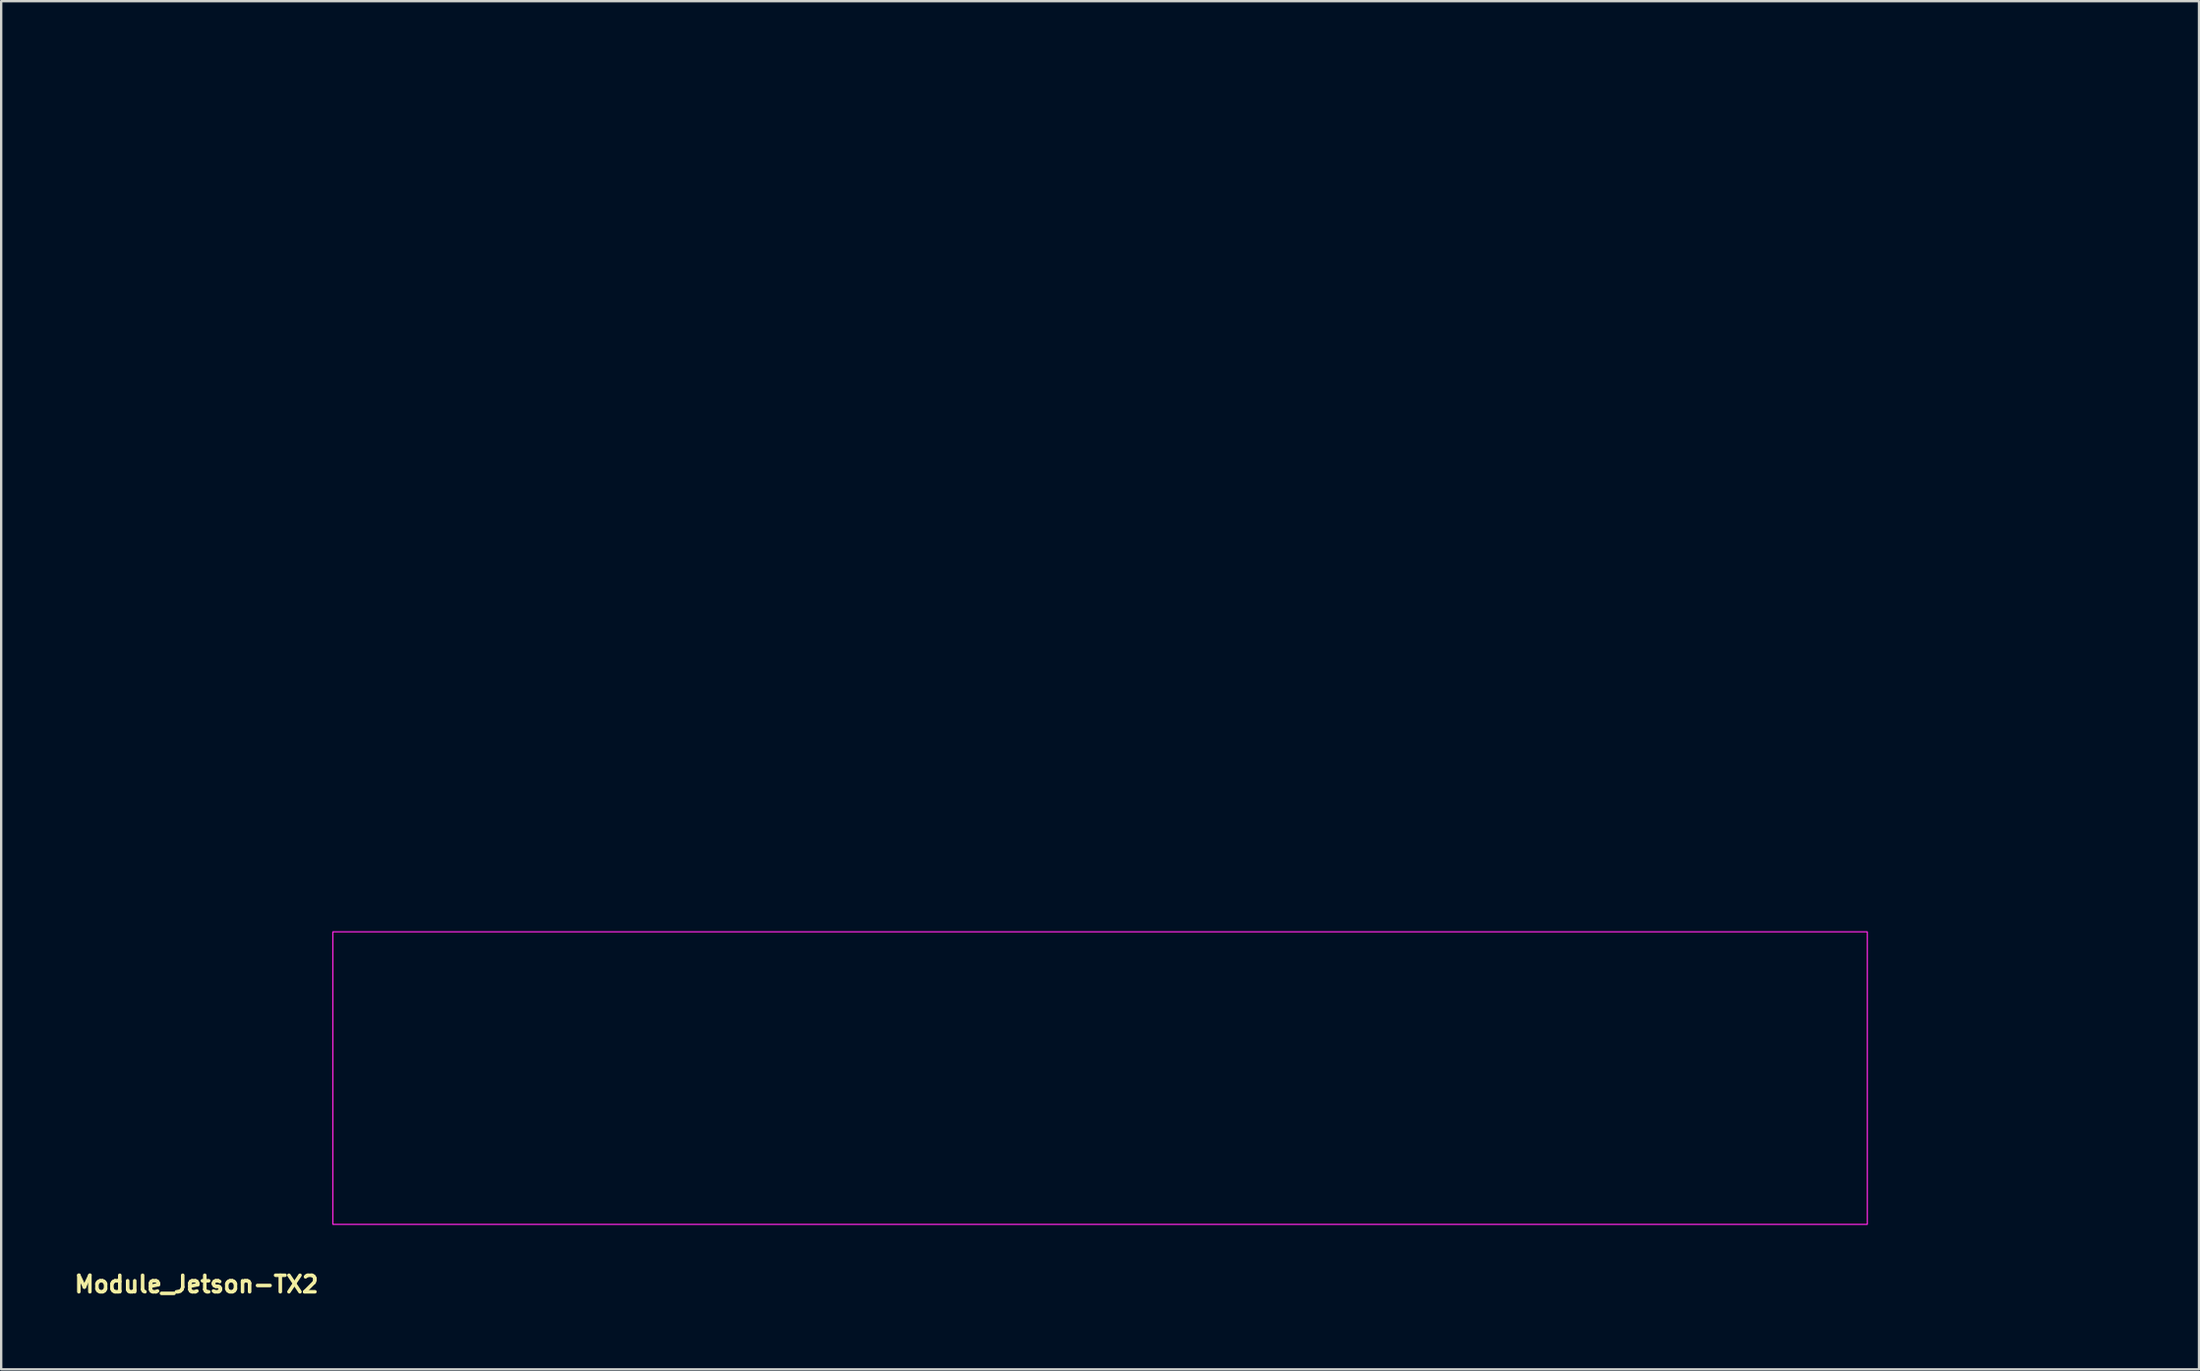
<source format=kicad_pcb>
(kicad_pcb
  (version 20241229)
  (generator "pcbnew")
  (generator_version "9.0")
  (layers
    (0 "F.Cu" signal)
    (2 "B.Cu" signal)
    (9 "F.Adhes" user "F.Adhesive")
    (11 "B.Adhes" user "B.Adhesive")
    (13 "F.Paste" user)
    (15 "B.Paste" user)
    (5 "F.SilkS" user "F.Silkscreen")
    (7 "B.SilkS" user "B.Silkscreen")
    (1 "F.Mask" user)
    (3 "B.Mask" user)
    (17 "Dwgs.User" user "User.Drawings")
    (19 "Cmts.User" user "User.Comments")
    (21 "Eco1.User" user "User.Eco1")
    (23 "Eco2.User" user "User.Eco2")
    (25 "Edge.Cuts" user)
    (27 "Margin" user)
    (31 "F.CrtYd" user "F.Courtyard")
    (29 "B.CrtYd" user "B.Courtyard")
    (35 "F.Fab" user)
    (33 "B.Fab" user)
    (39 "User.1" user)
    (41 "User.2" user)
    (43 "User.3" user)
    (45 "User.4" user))
  (footprint "Module_Jetson-TX2"
    (layer "F.Cu")
    (at 43.55 25.05)
    (property "Reference" "Module_Jetson-TX2" (at -43.525 26.75 0) (unlocked yes) (layer "F.SilkS") (effects (font (size 0.7 0.7) (thickness 0.15)) (justify left bottom)))
    (attr exclude_from_pos_files exclude_from_bom)
    (fp_rect (start -32.5 23.8) (end 32.5 11.4) (stroke (width 0.05) (type solid)) (fill no) (layer "F.CrtYd"))
    (fp_rect (start -43.5 -25) (end 43.5 25) (stroke (width 0.1) (type solid)) (fill no) (layer "User.5"))
    (fp_line (start -43.5 -24) (end -43.5 24) (stroke (width 0.02) (type solid)) (layer "User.9"))
    (fp_line (start -43.5 -24) (end -43.5 24) (stroke (width 0.02) (type solid)) (layer "User.9"))
    (fp_line (start -43.5 24) (end -43.496 24.087) (stroke (width 0.02) (type solid)) (layer "User.9"))
    (fp_line (start -43.496 -24.087) (end -43.5 -24) (stroke (width 0.02) (type solid)) (layer "User.9"))
    (fp_line (start -43.496 24.087) (end -43.485 24.174) (stroke (width 0.02) (type solid)) (layer "User.9"))
    (fp_line (start -43.485 -24.174) (end -43.496 -24.087) (stroke (width 0.02) (type solid)) (layer "User.9"))
    (fp_line (start -43.485 24.174) (end -43.466 24.259) (stroke (width 0.02) (type solid)) (layer "User.9"))
    (fp_line (start -43.466 -24.259) (end -43.485 -24.174) (stroke (width 0.02) (type solid)) (layer "User.9"))
    (fp_line (start -43.466 24.259) (end -43.44 24.342) (stroke (width 0.02) (type solid)) (layer "User.9"))
    (fp_line (start -43.44 -24.342) (end -43.466 -24.259) (stroke (width 0.02) (type solid)) (layer "User.9"))
    (fp_line (start -43.44 24.342) (end -43.406 24.423) (stroke (width 0.02) (type solid)) (layer "User.9"))
    (fp_line (start -43.406 -24.423) (end -43.44 -24.342) (stroke (width 0.02) (type solid)) (layer "User.9"))
    (fp_line (start -43.406 24.423) (end -43.366 24.5) (stroke (width 0.02) (type solid)) (layer "User.9"))
    (fp_line (start -43.366 -24.5) (end -43.406 -24.423) (stroke (width 0.02) (type solid)) (layer "User.9"))
    (fp_line (start -43.366 24.5) (end -43.319 24.574) (stroke (width 0.02) (type solid)) (layer "User.9"))
    (fp_line (start -43.319 -24.574) (end -43.366 -24.5) (stroke (width 0.02) (type solid)) (layer "User.9"))
    (fp_line (start -43.319 24.574) (end -43.266 24.643) (stroke (width 0.02) (type solid)) (layer "User.9"))
    (fp_line (start -43.266 -24.643) (end -43.319 -24.574) (stroke (width 0.02) (type solid)) (layer "User.9"))
    (fp_line (start -43.266 24.643) (end -43.207 24.707) (stroke (width 0.02) (type solid)) (layer "User.9"))
    (fp_line (start -43.207 -24.707) (end -43.266 -24.643) (stroke (width 0.02) (type solid)) (layer "User.9"))
    (fp_line (start -43.207 24.707) (end -43.143 24.766) (stroke (width 0.02) (type solid)) (layer "User.9"))
    (fp_line (start -43.143 -24.766) (end -43.207 -24.707) (stroke (width 0.02) (type solid)) (layer "User.9"))
    (fp_line (start -43.143 24.766) (end -43.074 24.819) (stroke (width 0.02) (type solid)) (layer "User.9"))
    (fp_line (start -43.074 -24.819) (end -43.143 -24.766) (stroke (width 0.02) (type solid)) (layer "User.9"))
    (fp_line (start -43.074 24.819) (end -43 24.866) (stroke (width 0.02) (type solid)) (layer "User.9"))
    (fp_line (start -43 -24.866) (end -43.074 -24.819) (stroke (width 0.02) (type solid)) (layer "User.9"))
    (fp_line (start -43 24.866) (end -42.923 24.906) (stroke (width 0.02) (type solid)) (layer "User.9"))
    (fp_line (start -42.923 -24.906) (end -43 -24.866) (stroke (width 0.02) (type solid)) (layer "User.9"))
    (fp_line (start -42.923 24.906) (end -42.842 24.94) (stroke (width 0.02) (type solid)) (layer "User.9"))
    (fp_line (start -42.842 -24.94) (end -42.923 -24.906) (stroke (width 0.02) (type solid)) (layer "User.9"))
    (fp_line (start -42.842 24.94) (end -42.759 24.966) (stroke (width 0.02) (type solid)) (layer "User.9"))
    (fp_line (start -42.759 -24.966) (end -42.842 -24.94) (stroke (width 0.02) (type solid)) (layer "User.9"))
    (fp_line (start -42.759 24.966) (end -42.674 24.985) (stroke (width 0.02) (type solid)) (layer "User.9"))
    (fp_line (start -42.674 -24.985) (end -42.759 -24.966) (stroke (width 0.02) (type solid)) (layer "User.9"))
    (fp_line (start -42.674 24.985) (end -42.587 24.996) (stroke (width 0.02) (type solid)) (layer "User.9"))
    (fp_line (start -42.587 -24.996) (end -42.674 -24.985) (stroke (width 0.02) (type solid)) (layer "User.9"))
    (fp_line (start -42.587 24.996) (end -42.5 25) (stroke (width 0.02) (type solid)) (layer "User.9"))
    (fp_line (start -42.5 -25) (end -42.587 -24.996) (stroke (width 0.02) (type solid)) (layer "User.9"))
    (fp_line (start -42.5 25) (end -37.17 25) (stroke (width 0.02) (type solid)) (layer "User.9"))
    (fp_line (start -42.5 25) (end 42.5 25) (stroke (width 0.02) (type solid)) (layer "User.9"))
    (fp_line (start -41.3 -21) (end -41.296 -20.882) (stroke (width 0.02) (type solid)) (layer "User.9"))
    (fp_line (start -41.3 21) (end -41.296 21.118) (stroke (width 0.02) (type solid)) (layer "User.9"))
    (fp_line (start -41.296 -21.118) (end -41.3 -21) (stroke (width 0.02) (type solid)) (layer "User.9"))
    (fp_line (start -41.296 -20.882) (end -41.285 -20.765) (stroke (width 0.02) (type solid)) (layer "User.9"))
    (fp_line (start -41.296 20.882) (end -41.3 21) (stroke (width 0.02) (type solid)) (layer "User.9"))
    (fp_line (start -41.296 21.118) (end -41.285 21.235) (stroke (width 0.02) (type solid)) (layer "User.9"))
    (fp_line (start -41.285 -21.235) (end -41.296 -21.118) (stroke (width 0.02) (type solid)) (layer "User.9"))
    (fp_line (start -41.285 -20.765) (end -41.265 -20.649) (stroke (width 0.02) (type solid)) (layer "User.9"))
    (fp_line (start -41.285 20.765) (end -41.296 20.882) (stroke (width 0.02) (type solid)) (layer "User.9"))
    (fp_line (start -41.285 21.235) (end -41.265 21.351) (stroke (width 0.02) (type solid)) (layer "User.9"))
    (fp_line (start -41.265 -21.351) (end -41.285 -21.235) (stroke (width 0.02) (type solid)) (layer "User.9"))
    (fp_line (start -41.265 -20.649) (end -41.239 -20.534) (stroke (width 0.02) (type solid)) (layer "User.9"))
    (fp_line (start -41.265 20.649) (end -41.285 20.765) (stroke (width 0.02) (type solid)) (layer "User.9"))
    (fp_line (start -41.265 21.351) (end -41.239 21.466) (stroke (width 0.02) (type solid)) (layer "User.9"))
    (fp_line (start -41.25 -21) (end -41.246 -20.883) (stroke (width 0.02) (type solid)) (layer "User.9"))
    (fp_line (start -41.25 21) (end -41.246 21.117) (stroke (width 0.02) (type solid)) (layer "User.9"))
    (fp_line (start -41.246 -21.117) (end -41.25 -21) (stroke (width 0.02) (type solid)) (layer "User.9"))
    (fp_line (start -41.246 -20.883) (end -41.234 -20.767) (stroke (width 0.02) (type solid)) (layer "User.9"))
    (fp_line (start -41.246 20.883) (end -41.25 21) (stroke (width 0.02) (type solid)) (layer "User.9"))
    (fp_line (start -41.246 21.117) (end -41.234 21.233) (stroke (width 0.02) (type solid)) (layer "User.9"))
    (fp_line (start -41.239 -21.466) (end -41.265 -21.351) (stroke (width 0.02) (type solid)) (layer "User.9"))
    (fp_line (start -41.239 -20.534) (end -41.204 -20.421) (stroke (width 0.02) (type solid)) (layer "User.9"))
    (fp_line (start -41.239 20.534) (end -41.265 20.649) (stroke (width 0.02) (type solid)) (layer "User.9"))
    (fp_line (start -41.239 21.466) (end -41.204 21.579) (stroke (width 0.02) (type solid)) (layer "User.9"))
    (fp_line (start -41.234 -21.233) (end -41.246 -21.117) (stroke (width 0.02) (type solid)) (layer "User.9"))
    (fp_line (start -41.234 -20.767) (end -41.215 -20.651) (stroke (width 0.02) (type solid)) (layer "User.9"))
    (fp_line (start -41.234 20.767) (end -41.246 20.883) (stroke (width 0.02) (type solid)) (layer "User.9"))
    (fp_line (start -41.234 21.233) (end -41.215 21.349) (stroke (width 0.02) (type solid)) (layer "User.9"))
    (fp_line (start -41.215 -21.349) (end -41.234 -21.233) (stroke (width 0.02) (type solid)) (layer "User.9"))
    (fp_line (start -41.215 -20.651) (end -41.188 -20.538) (stroke (width 0.02) (type solid)) (layer "User.9"))
    (fp_line (start -41.215 20.651) (end -41.234 20.767) (stroke (width 0.02) (type solid)) (layer "User.9"))
    (fp_line (start -41.215 21.349) (end -41.188 21.462) (stroke (width 0.02) (type solid)) (layer "User.9"))
    (fp_line (start -41.204 -21.579) (end -41.239 -21.466) (stroke (width 0.02) (type solid)) (layer "User.9"))
    (fp_line (start -41.204 -20.421) (end -41.163 -20.311) (stroke (width 0.02) (type solid)) (layer "User.9"))
    (fp_line (start -41.204 20.421) (end -41.239 20.534) (stroke (width 0.02) (type solid)) (layer "User.9"))
    (fp_line (start -41.204 21.579) (end -41.163 21.689) (stroke (width 0.02) (type solid)) (layer "User.9"))
    (fp_line (start -41.188 -21.462) (end -41.215 -21.349) (stroke (width 0.02) (type solid)) (layer "User.9"))
    (fp_line (start -41.188 -20.538) (end -41.153 -20.426) (stroke (width 0.02) (type solid)) (layer "User.9"))
    (fp_line (start -41.188 20.538) (end -41.215 20.651) (stroke (width 0.02) (type solid)) (layer "User.9"))
    (fp_line (start -41.188 21.462) (end -41.153 21.574) (stroke (width 0.02) (type solid)) (layer "User.9"))
    (fp_line (start -41.163 -21.689) (end -41.204 -21.579) (stroke (width 0.02) (type solid)) (layer "User.9"))
    (fp_line (start -41.163 -20.311) (end -41.114 -20.204) (stroke (width 0.02) (type solid)) (layer "User.9"))
    (fp_line (start -41.163 20.311) (end -41.204 20.421) (stroke (width 0.02) (type solid)) (layer "User.9"))
    (fp_line (start -41.163 21.689) (end -41.114 21.796) (stroke (width 0.02) (type solid)) (layer "User.9"))
    (fp_line (start -41.153 -21.574) (end -41.188 -21.462) (stroke (width 0.02) (type solid)) (layer "User.9"))
    (fp_line (start -41.153 -20.426) (end -41.111 -20.317) (stroke (width 0.02) (type solid)) (layer "User.9"))
    (fp_line (start -41.153 20.426) (end -41.188 20.538) (stroke (width 0.02) (type solid)) (layer "User.9"))
    (fp_line (start -41.153 21.574) (end -41.111 21.683) (stroke (width 0.02) (type solid)) (layer "User.9"))
    (fp_line (start -41.114 -21.796) (end -41.163 -21.689) (stroke (width 0.02) (type solid)) (layer "User.9"))
    (fp_line (start -41.114 -20.204) (end -41.059 -20.1) (stroke (width 0.02) (type solid)) (layer "User.9"))
    (fp_line (start -41.114 20.204) (end -41.163 20.311) (stroke (width 0.02) (type solid)) (layer "User.9"))
    (fp_line (start -41.114 21.796) (end -41.059 21.9) (stroke (width 0.02) (type solid)) (layer "User.9"))
    (fp_line (start -41.111 -21.683) (end -41.153 -21.574) (stroke (width 0.02) (type solid)) (layer "User.9"))
    (fp_line (start -41.111 -20.317) (end -41.062 -20.211) (stroke (width 0.02) (type solid)) (layer "User.9"))
    (fp_line (start -41.111 20.317) (end -41.153 20.426) (stroke (width 0.02) (type solid)) (layer "User.9"))
    (fp_line (start -41.111 21.683) (end -41.062 21.789) (stroke (width 0.02) (type solid)) (layer "User.9"))
    (fp_line (start -41.062 -21.789) (end -41.111 -21.683) (stroke (width 0.02) (type solid)) (layer "User.9"))
    (fp_line (start -41.062 -20.211) (end -41.006 -20.108) (stroke (width 0.02) (type solid)) (layer "User.9"))
    (fp_line (start -41.062 20.211) (end -41.111 20.317) (stroke (width 0.02) (type solid)) (layer "User.9"))
    (fp_line (start -41.062 21.789) (end -41.006 21.892) (stroke (width 0.02) (type solid)) (layer "User.9"))
    (fp_line (start -41.059 -21.9) (end -41.114 -21.796) (stroke (width 0.02) (type solid)) (layer "User.9"))
    (fp_line (start -41.059 -20.1) (end -40.997 -20) (stroke (width 0.02) (type solid)) (layer "User.9"))
    (fp_line (start -41.059 20.1) (end -41.114 20.204) (stroke (width 0.02) (type solid)) (layer "User.9"))
    (fp_line (start -41.059 21.9) (end -40.997 22) (stroke (width 0.02) (type solid)) (layer "User.9"))
    (fp_line (start -41.006 -21.892) (end -41.062 -21.789) (stroke (width 0.02) (type solid)) (layer "User.9"))
    (fp_line (start -41.006 -20.108) (end -40.943 -20.01) (stroke (width 0.02) (type solid)) (layer "User.9"))
    (fp_line (start -41.006 20.108) (end -41.062 20.211) (stroke (width 0.02) (type solid)) (layer "User.9"))
    (fp_line (start -41.006 21.892) (end -40.943 21.99) (stroke (width 0.02) (type solid)) (layer "User.9"))
    (fp_line (start -40.997 -22) (end -41.059 -21.9) (stroke (width 0.02) (type solid)) (layer "User.9"))
    (fp_line (start -40.997 -20) (end -40.928 -19.904) (stroke (width 0.02) (type solid)) (layer "User.9"))
    (fp_line (start -40.997 20) (end -41.059 20.1) (stroke (width 0.02) (type solid)) (layer "User.9"))
    (fp_line (start -40.997 22) (end -40.928 22.096) (stroke (width 0.02) (type solid)) (layer "User.9"))
    (fp_line (start -40.943 -21.99) (end -41.006 -21.892) (stroke (width 0.02) (type solid)) (layer "User.9"))
    (fp_line (start -40.943 -20.01) (end -40.873 -19.915) (stroke (width 0.02) (type solid)) (layer "User.9"))
    (fp_line (start -40.943 20.01) (end -41.006 20.108) (stroke (width 0.02) (type solid)) (layer "User.9"))
    (fp_line (start -40.943 21.99) (end -40.873 22.085) (stroke (width 0.02) (type solid)) (layer "User.9"))
    (fp_line (start -40.928 -22.096) (end -40.997 -22) (stroke (width 0.02) (type solid)) (layer "User.9"))
    (fp_line (start -40.928 -19.904) (end -40.853 -19.813) (stroke (width 0.02) (type solid)) (layer "User.9"))
    (fp_line (start -40.928 19.904) (end -40.997 20) (stroke (width 0.02) (type solid)) (layer "User.9"))
    (fp_line (start -40.928 22.096) (end -40.853 22.187) (stroke (width 0.02) (type solid)) (layer "User.9"))
    (fp_line (start -40.873 -22.085) (end -40.943 -21.99) (stroke (width 0.02) (type solid)) (layer "User.9"))
    (fp_line (start -40.873 -19.915) (end -40.798 -19.826) (stroke (width 0.02) (type solid)) (layer "User.9"))
    (fp_line (start -40.873 19.915) (end -40.943 20.01) (stroke (width 0.02) (type solid)) (layer "User.9"))
    (fp_line (start -40.873 22.085) (end -40.798 22.174) (stroke (width 0.02) (type solid)) (layer "User.9"))
    (fp_line (start -40.853 -22.187) (end -40.928 -22.096) (stroke (width 0.02) (type solid)) (layer "User.9"))
    (fp_line (start -40.853 -19.813) (end -40.773 -19.727) (stroke (width 0.02) (type solid)) (layer "User.9"))
    (fp_line (start -40.853 19.813) (end -40.928 19.904) (stroke (width 0.02) (type solid)) (layer "User.9"))
    (fp_line (start -40.853 22.187) (end -40.773 22.273) (stroke (width 0.02) (type solid)) (layer "User.9"))
    (fp_line (start -40.798 -22.174) (end -40.873 -22.085) (stroke (width 0.02) (type solid)) (layer "User.9"))
    (fp_line (start -40.798 -19.826) (end -40.717 -19.742) (stroke (width 0.02) (type solid)) (layer "User.9"))
    (fp_line (start -40.798 19.826) (end -40.873 19.915) (stroke (width 0.02) (type solid)) (layer "User.9"))
    (fp_line (start -40.798 22.174) (end -40.717 22.258) (stroke (width 0.02) (type solid)) (layer "User.9"))
    (fp_line (start -40.773 -22.273) (end -40.853 -22.187) (stroke (width 0.02) (type solid)) (layer "User.9"))
    (fp_line (start -40.773 -19.727) (end -40.687 -19.647) (stroke (width 0.02) (type solid)) (layer "User.9"))
    (fp_line (start -40.773 19.727) (end -40.853 19.813) (stroke (width 0.02) (type solid)) (layer "User.9"))
    (fp_line (start -40.773 22.273) (end -40.687 22.353) (stroke (width 0.02) (type solid)) (layer "User.9"))
    (fp_line (start -40.717 -22.258) (end -40.798 -22.174) (stroke (width 0.02) (type solid)) (layer "User.9"))
    (fp_line (start -40.717 -19.742) (end -40.63 -19.664) (stroke (width 0.02) (type solid)) (layer "User.9"))
    (fp_line (start -40.717 19.742) (end -40.798 19.826) (stroke (width 0.02) (type solid)) (layer "User.9"))
    (fp_line (start -40.717 22.258) (end -40.63 22.336) (stroke (width 0.02) (type solid)) (layer "User.9"))
    (fp_line (start -40.687 -22.353) (end -40.773 -22.273) (stroke (width 0.02) (type solid)) (layer "User.9"))
    (fp_line (start -40.687 -19.647) (end -40.596 -19.572) (stroke (width 0.02) (type solid)) (layer "User.9"))
    (fp_line (start -40.687 19.647) (end -40.773 19.727) (stroke (width 0.02) (type solid)) (layer "User.9"))
    (fp_line (start -40.687 22.353) (end -40.596 22.428) (stroke (width 0.02) (type solid)) (layer "User.9"))
    (fp_line (start -40.63 -22.336) (end -40.717 -22.258) (stroke (width 0.02) (type solid)) (layer "User.9"))
    (fp_line (start -40.63 -19.664) (end -40.538 -19.591) (stroke (width 0.02) (type solid)) (layer "User.9"))
    (fp_line (start -40.63 19.664) (end -40.717 19.742) (stroke (width 0.02) (type solid)) (layer "User.9"))
    (fp_line (start -40.63 22.336) (end -40.538 22.409) (stroke (width 0.02) (type solid)) (layer "User.9"))
    (fp_line (start -40.596 -22.428) (end -40.687 -22.353) (stroke (width 0.02) (type solid)) (layer "User.9"))
    (fp_line (start -40.596 -19.572) (end -40.5 -19.503) (stroke (width 0.02) (type solid)) (layer "User.9"))
    (fp_line (start -40.596 19.572) (end -40.687 19.647) (stroke (width 0.02) (type solid)) (layer "User.9"))
    (fp_line (start -40.596 22.428) (end -40.5 22.497) (stroke (width 0.02) (type solid)) (layer "User.9"))
    (fp_line (start -40.538 -22.409) (end -40.63 -22.336) (stroke (width 0.02) (type solid)) (layer "User.9"))
    (fp_line (start -40.538 -19.591) (end -40.442 -19.525) (stroke (width 0.02) (type solid)) (layer "User.9"))
    (fp_line (start -40.538 19.591) (end -40.63 19.664) (stroke (width 0.02) (type solid)) (layer "User.9"))
    (fp_line (start -40.538 22.409) (end -40.442 22.475) (stroke (width 0.02) (type solid)) (layer "User.9"))
    (fp_line (start -40.5 -22.497) (end -40.596 -22.428) (stroke (width 0.02) (type solid)) (layer "User.9"))
    (fp_line (start -40.5 -19.503) (end -40.4 -19.441) (stroke (width 0.02) (type solid)) (layer "User.9"))
    (fp_line (start -40.5 19.503) (end -40.596 19.572) (stroke (width 0.02) (type solid)) (layer "User.9"))
    (fp_line (start -40.5 22.497) (end -40.4 22.559) (stroke (width 0.02) (type solid)) (layer "User.9"))
    (fp_line (start -40.442 -22.475) (end -40.538 -22.409) (stroke (width 0.02) (type solid)) (layer "User.9"))
    (fp_line (start -40.442 -19.525) (end -40.341 -19.465) (stroke (width 0.02) (type solid)) (layer "User.9"))
    (fp_line (start -40.442 19.525) (end -40.538 19.591) (stroke (width 0.02) (type solid)) (layer "User.9"))
    (fp_line (start -40.442 22.475) (end -40.341 22.535) (stroke (width 0.02) (type solid)) (layer "User.9"))
    (fp_line (start -40.4 -22.559) (end -40.5 -22.497) (stroke (width 0.02) (type solid)) (layer "User.9"))
    (fp_line (start -40.4 -19.441) (end -40.296 -19.386) (stroke (width 0.02) (type solid)) (layer "User.9"))
    (fp_line (start -40.4 19.441) (end -40.5 19.503) (stroke (width 0.02) (type solid)) (layer "User.9"))
    (fp_line (start -40.4 22.559) (end -40.296 22.614) (stroke (width 0.02) (type solid)) (layer "User.9"))
    (fp_line (start -40.341 -22.535) (end -40.442 -22.475) (stroke (width 0.02) (type solid)) (layer "User.9"))
    (fp_line (start -40.341 -19.465) (end -40.237 -19.413) (stroke (width 0.02) (type solid)) (layer "User.9"))
    (fp_line (start -40.341 19.465) (end -40.442 19.525) (stroke (width 0.02) (type solid)) (layer "User.9"))
    (fp_line (start -40.341 22.535) (end -40.237 22.587) (stroke (width 0.02) (type solid)) (layer "User.9"))
    (fp_line (start -40.296 -22.614) (end -40.4 -22.559) (stroke (width 0.02) (type solid)) (layer "User.9"))
    (fp_line (start -40.296 -19.386) (end -40.189 -19.337) (stroke (width 0.02) (type solid)) (layer "User.9"))
    (fp_line (start -40.296 19.386) (end -40.4 19.441) (stroke (width 0.02) (type solid)) (layer "User.9"))
    (fp_line (start -40.296 22.614) (end -40.189 22.663) (stroke (width 0.02) (type solid)) (layer "User.9"))
    (fp_line (start -40.237 -22.587) (end -40.341 -22.535) (stroke (width 0.02) (type solid)) (layer "User.9"))
    (fp_line (start -40.237 -19.413) (end -40.129 -19.367) (stroke (width 0.02) (type solid)) (layer "User.9"))
    (fp_line (start -40.237 19.413) (end -40.341 19.465) (stroke (width 0.02) (type solid)) (layer "User.9"))
    (fp_line (start -40.237 22.587) (end -40.129 22.633) (stroke (width 0.02) (type solid)) (layer "User.9"))
    (fp_line (start -40.189 -22.663) (end -40.296 -22.614) (stroke (width 0.02) (type solid)) (layer "User.9"))
    (fp_line (start -40.189 -19.337) (end -40.079 -19.296) (stroke (width 0.02) (type solid)) (layer "User.9"))
    (fp_line (start -40.189 19.337) (end -40.296 19.386) (stroke (width 0.02) (type solid)) (layer "User.9"))
    (fp_line (start -40.189 22.663) (end -40.079 22.704) (stroke (width 0.02) (type solid)) (layer "User.9"))
    (fp_line (start -40.129 -22.633) (end -40.237 -22.587) (stroke (width 0.02) (type solid)) (layer "User.9"))
    (fp_line (start -40.129 -19.367) (end -40.018 -19.329) (stroke (width 0.02) (type solid)) (layer "User.9"))
    (fp_line (start -40.129 19.367) (end -40.237 19.413) (stroke (width 0.02) (type solid)) (layer "User.9"))
    (fp_line (start -40.129 22.633) (end -40.018 22.671) (stroke (width 0.02) (type solid)) (layer "User.9"))
    (fp_line (start -40.079 -22.704) (end -40.189 -22.663) (stroke (width 0.02) (type solid)) (layer "User.9"))
    (fp_line (start -40.079 -19.296) (end -39.966 -19.261) (stroke (width 0.02) (type solid)) (layer "User.9"))
    (fp_line (start -40.079 19.296) (end -40.189 19.337) (stroke (width 0.02) (type solid)) (layer "User.9"))
    (fp_line (start -40.079 22.704) (end -39.966 22.739) (stroke (width 0.02) (type solid)) (layer "User.9"))
    (fp_line (start -40.018 -22.671) (end -40.129 -22.633) (stroke (width 0.02) (type solid)) (layer "User.9"))
    (fp_line (start -40.018 -19.329) (end -39.906 -19.298) (stroke (width 0.02) (type solid)) (layer "User.9"))
    (fp_line (start -40.018 19.329) (end -40.129 19.367) (stroke (width 0.02) (type solid)) (layer "User.9"))
    (fp_line (start -40.018 22.671) (end -39.906 22.702) (stroke (width 0.02) (type solid)) (layer "User.9"))
    (fp_line (start -39.966 -22.739) (end -40.079 -22.704) (stroke (width 0.02) (type solid)) (layer "User.9"))
    (fp_line (start -39.966 -19.261) (end -39.851 -19.235) (stroke (width 0.02) (type solid)) (layer "User.9"))
    (fp_line (start -39.966 19.261) (end -40.079 19.296) (stroke (width 0.02) (type solid)) (layer "User.9"))
    (fp_line (start -39.966 22.739) (end -39.851 22.765) (stroke (width 0.02) (type solid)) (layer "User.9"))
    (fp_line (start -39.906 -22.702) (end -40.018 -22.671) (stroke (width 0.02) (type solid)) (layer "User.9"))
    (fp_line (start -39.906 -19.298) (end -39.791 -19.274) (stroke (width 0.02) (type solid)) (layer "User.9"))
    (fp_line (start -39.906 19.298) (end -40.018 19.329) (stroke (width 0.02) (type solid)) (layer "User.9"))
    (fp_line (start -39.906 22.702) (end -39.791 22.726) (stroke (width 0.02) (type solid)) (layer "User.9"))
    (fp_line (start -39.851 -22.765) (end -39.966 -22.739) (stroke (width 0.02) (type solid)) (layer "User.9"))
    (fp_line (start -39.851 -19.235) (end -39.735 -19.215) (stroke (width 0.02) (type solid)) (layer "User.9"))
    (fp_line (start -39.851 19.235) (end -39.966 19.261) (stroke (width 0.02) (type solid)) (layer "User.9"))
    (fp_line (start -39.851 22.765) (end -39.735 22.785) (stroke (width 0.02) (type solid)) (layer "User.9"))
    (fp_line (start -39.791 -22.726) (end -39.906 -22.702) (stroke (width 0.02) (type solid)) (layer "User.9"))
    (fp_line (start -39.791 -19.274) (end -39.675 -19.259) (stroke (width 0.02) (type solid)) (layer "User.9"))
    (fp_line (start -39.791 19.274) (end -39.906 19.298) (stroke (width 0.02) (type solid)) (layer "User.9"))
    (fp_line (start -39.791 22.726) (end -39.675 22.741) (stroke (width 0.02) (type solid)) (layer "User.9"))
    (fp_line (start -39.735 -22.785) (end -39.851 -22.765) (stroke (width 0.02) (type solid)) (layer "User.9"))
    (fp_line (start -39.735 -19.215) (end -39.618 -19.204) (stroke (width 0.02) (type solid)) (layer "User.9"))
    (fp_line (start -39.735 19.215) (end -39.851 19.235) (stroke (width 0.02) (type solid)) (layer "User.9"))
    (fp_line (start -39.735 22.785) (end -39.618 22.796) (stroke (width 0.02) (type solid)) (layer "User.9"))
    (fp_line (start -39.675 -22.741) (end -39.791 -22.726) (stroke (width 0.02) (type solid)) (layer "User.9"))
    (fp_line (start -39.675 -19.259) (end -39.558 -19.251) (stroke (width 0.02) (type solid)) (layer "User.9"))
    (fp_line (start -39.675 19.259) (end -39.791 19.274) (stroke (width 0.02) (type solid)) (layer "User.9"))
    (fp_line (start -39.675 22.741) (end -39.558 22.749) (stroke (width 0.02) (type solid)) (layer "User.9"))
    (fp_line (start -39.618 -22.796) (end -39.735 -22.785) (stroke (width 0.02) (type solid)) (layer "User.9"))
    (fp_line (start -39.618 -19.204) (end -39.5 -19.2) (stroke (width 0.02) (type solid)) (layer "User.9"))
    (fp_line (start -39.618 19.204) (end -39.735 19.215) (stroke (width 0.02) (type solid)) (layer "User.9"))
    (fp_line (start -39.618 22.796) (end -39.5 22.8) (stroke (width 0.02) (type solid)) (layer "User.9"))
    (fp_line (start -39.558 -22.749) (end -39.675 -22.741) (stroke (width 0.02) (type solid)) (layer "User.9"))
    (fp_line (start -39.558 -19.251) (end -39.442 -19.251) (stroke (width 0.02) (type solid)) (layer "User.9"))
    (fp_line (start -39.558 19.251) (end -39.675 19.259) (stroke (width 0.02) (type solid)) (layer "User.9"))
    (fp_line (start -39.558 22.749) (end -39.442 22.749) (stroke (width 0.02) (type solid)) (layer "User.9"))
    (fp_line (start -39.5 -22.8) (end -39.618 -22.796) (stroke (width 0.02) (type solid)) (layer "User.9"))
    (fp_line (start -39.5 -19.2) (end -39.382 -19.204) (stroke (width 0.02) (type solid)) (layer "User.9"))
    (fp_line (start -39.5 19.2) (end -39.618 19.204) (stroke (width 0.02) (type solid)) (layer "User.9"))
    (fp_line (start -39.5 22.8) (end -39.382 22.796) (stroke (width 0.02) (type solid)) (layer "User.9"))
    (fp_line (start -39.442 -22.749) (end -39.558 -22.749) (stroke (width 0.02) (type solid)) (layer "User.9"))
    (fp_line (start -39.442 -19.251) (end -39.325 -19.259) (stroke (width 0.02) (type solid)) (layer "User.9"))
    (fp_line (start -39.442 19.251) (end -39.558 19.251) (stroke (width 0.02) (type solid)) (layer "User.9"))
    (fp_line (start -39.442 22.749) (end -39.325 22.741) (stroke (width 0.02) (type solid)) (layer "User.9"))
    (fp_line (start -39.382 -22.796) (end -39.5 -22.8) (stroke (width 0.02) (type solid)) (layer "User.9"))
    (fp_line (start -39.382 -19.204) (end -39.265 -19.215) (stroke (width 0.02) (type solid)) (layer "User.9"))
    (fp_line (start -39.382 19.204) (end -39.5 19.2) (stroke (width 0.02) (type solid)) (layer "User.9"))
    (fp_line (start -39.382 22.796) (end -39.265 22.785) (stroke (width 0.02) (type solid)) (layer "User.9"))
    (fp_line (start -39.325 -22.741) (end -39.442 -22.749) (stroke (width 0.02) (type solid)) (layer "User.9"))
    (fp_line (start -39.325 -19.259) (end -39.209 -19.274) (stroke (width 0.02) (type solid)) (layer "User.9"))
    (fp_line (start -39.325 19.259) (end -39.442 19.251) (stroke (width 0.02) (type solid)) (layer "User.9"))
    (fp_line (start -39.325 22.741) (end -39.209 22.726) (stroke (width 0.02) (type solid)) (layer "User.9"))
    (fp_line (start -39.265 -22.785) (end -39.382 -22.796) (stroke (width 0.02) (type solid)) (layer "User.9"))
    (fp_line (start -39.265 -19.215) (end -39.149 -19.235) (stroke (width 0.02) (type solid)) (layer "User.9"))
    (fp_line (start -39.265 19.215) (end -39.382 19.204) (stroke (width 0.02) (type solid)) (layer "User.9"))
    (fp_line (start -39.265 22.785) (end -39.149 22.765) (stroke (width 0.02) (type solid)) (layer "User.9"))
    (fp_line (start -39.209 -22.726) (end -39.325 -22.741) (stroke (width 0.02) (type solid)) (layer "User.9"))
    (fp_line (start -39.209 -19.274) (end -39.094 -19.298) (stroke (width 0.02) (type solid)) (layer "User.9"))
    (fp_line (start -39.209 19.274) (end -39.325 19.259) (stroke (width 0.02) (type solid)) (layer "User.9"))
    (fp_line (start -39.209 22.726) (end -39.094 22.702) (stroke (width 0.02) (type solid)) (layer "User.9"))
    (fp_line (start -39.149 -22.765) (end -39.265 -22.785) (stroke (width 0.02) (type solid)) (layer "User.9"))
    (fp_line (start -39.149 -19.235) (end -39.034 -19.261) (stroke (width 0.02) (type solid)) (layer "User.9"))
    (fp_line (start -39.149 19.235) (end -39.265 19.215) (stroke (width 0.02) (type solid)) (layer "User.9"))
    (fp_line (start -39.149 22.765) (end -39.034 22.739) (stroke (width 0.02) (type solid)) (layer "User.9"))
    (fp_line (start -39.094 -22.702) (end -39.209 -22.726) (stroke (width 0.02) (type solid)) (layer "User.9"))
    (fp_line (start -39.094 -19.298) (end -38.982 -19.329) (stroke (width 0.02) (type solid)) (layer "User.9"))
    (fp_line (start -39.094 19.298) (end -39.209 19.274) (stroke (width 0.02) (type solid)) (layer "User.9"))
    (fp_line (start -39.094 22.702) (end -38.982 22.671) (stroke (width 0.02) (type solid)) (layer "User.9"))
    (fp_line (start -39.034 -22.739) (end -39.149 -22.765) (stroke (width 0.02) (type solid)) (layer "User.9"))
    (fp_line (start -39.034 -19.261) (end -38.921 -19.296) (stroke (width 0.02) (type solid)) (layer "User.9"))
    (fp_line (start -39.034 19.261) (end -39.149 19.235) (stroke (width 0.02) (type solid)) (layer "User.9"))
    (fp_line (start -39.034 22.739) (end -38.921 22.704) (stroke (width 0.02) (type solid)) (layer "User.9"))
    (fp_line (start -38.982 -22.671) (end -39.094 -22.702) (stroke (width 0.02) (type solid)) (layer "User.9"))
    (fp_line (start -38.982 -19.329) (end -38.871 -19.367) (stroke (width 0.02) (type solid)) (layer "User.9"))
    (fp_line (start -38.982 19.329) (end -39.094 19.298) (stroke (width 0.02) (type solid)) (layer "User.9"))
    (fp_line (start -38.982 22.671) (end -38.871 22.633) (stroke (width 0.02) (type solid)) (layer "User.9"))
    (fp_line (start -38.921 -22.704) (end -39.034 -22.739) (stroke (width 0.02) (type solid)) (layer "User.9"))
    (fp_line (start -38.921 -19.296) (end -38.811 -19.337) (stroke (width 0.02) (type solid)) (layer "User.9"))
    (fp_line (start -38.921 19.296) (end -39.034 19.261) (stroke (width 0.02) (type solid)) (layer "User.9"))
    (fp_line (start -38.921 22.704) (end -38.811 22.663) (stroke (width 0.02) (type solid)) (layer "User.9"))
    (fp_line (start -38.871 -22.633) (end -38.982 -22.671) (stroke (width 0.02) (type solid)) (layer "User.9"))
    (fp_line (start -38.871 -19.367) (end -38.763 -19.413) (stroke (width 0.02) (type solid)) (layer "User.9"))
    (fp_line (start -38.871 19.367) (end -38.982 19.329) (stroke (width 0.02) (type solid)) (layer "User.9"))
    (fp_line (start -38.871 22.633) (end -38.763 22.587) (stroke (width 0.02) (type solid)) (layer "User.9"))
    (fp_line (start -38.811 -22.663) (end -38.921 -22.704) (stroke (width 0.02) (type solid)) (layer "User.9"))
    (fp_line (start -38.811 -19.337) (end -38.704 -19.386) (stroke (width 0.02) (type solid)) (layer "User.9"))
    (fp_line (start -38.811 19.337) (end -38.921 19.296) (stroke (width 0.02) (type solid)) (layer "User.9"))
    (fp_line (start -38.811 22.663) (end -38.704 22.614) (stroke (width 0.02) (type solid)) (layer "User.9"))
    (fp_line (start -38.763 -22.587) (end -38.871 -22.633) (stroke (width 0.02) (type solid)) (layer "User.9"))
    (fp_line (start -38.763 -19.413) (end -38.659 -19.465) (stroke (width 0.02) (type solid)) (layer "User.9"))
    (fp_line (start -38.763 19.413) (end -38.871 19.367) (stroke (width 0.02) (type solid)) (layer "User.9"))
    (fp_line (start -38.763 22.587) (end -38.659 22.535) (stroke (width 0.02) (type solid)) (layer "User.9"))
    (fp_line (start -38.704 -22.614) (end -38.811 -22.663) (stroke (width 0.02) (type solid)) (layer "User.9"))
    (fp_line (start -38.704 -19.386) (end -38.6 -19.441) (stroke (width 0.02) (type solid)) (layer "User.9"))
    (fp_line (start -38.704 19.386) (end -38.811 19.337) (stroke (width 0.02) (type solid)) (layer "User.9"))
    (fp_line (start -38.704 22.614) (end -38.6 22.559) (stroke (width 0.02) (type solid)) (layer "User.9"))
    (fp_line (start -38.659 -22.535) (end -38.763 -22.587) (stroke (width 0.02) (type solid)) (layer "User.9"))
    (fp_line (start -38.659 -19.465) (end -38.558 -19.525) (stroke (width 0.02) (type solid)) (layer "User.9"))
    (fp_line (start -38.659 19.465) (end -38.763 19.413) (stroke (width 0.02) (type solid)) (layer "User.9"))
    (fp_line (start -38.659 22.535) (end -38.558 22.475) (stroke (width 0.02) (type solid)) (layer "User.9"))
    (fp_line (start -38.6 -22.559) (end -38.704 -22.614) (stroke (width 0.02) (type solid)) (layer "User.9"))
    (fp_line (start -38.6 -19.441) (end -38.5 -19.503) (stroke (width 0.02) (type solid)) (layer "User.9"))
    (fp_line (start -38.6 19.441) (end -38.704 19.386) (stroke (width 0.02) (type solid)) (layer "User.9"))
    (fp_line (start -38.6 22.559) (end -38.5 22.497) (stroke (width 0.02) (type solid)) (layer "User.9"))
    (fp_line (start -38.558 -22.475) (end -38.659 -22.535) (stroke (width 0.02) (type solid)) (layer "User.9"))
    (fp_line (start -38.558 -19.525) (end -38.462 -19.591) (stroke (width 0.02) (type solid)) (layer "User.9"))
    (fp_line (start -38.558 19.525) (end -38.659 19.465) (stroke (width 0.02) (type solid)) (layer "User.9"))
    (fp_line (start -38.558 22.475) (end -38.462 22.409) (stroke (width 0.02) (type solid)) (layer "User.9"))
    (fp_line (start -38.5 -22.497) (end -38.6 -22.559) (stroke (width 0.02) (type solid)) (layer "User.9"))
    (fp_line (start -38.5 -19.503) (end -38.404 -19.572) (stroke (width 0.02) (type solid)) (layer "User.9"))
    (fp_line (start -38.5 19.503) (end -38.6 19.441) (stroke (width 0.02) (type solid)) (layer "User.9"))
    (fp_line (start -38.5 22.497) (end -38.404 22.428) (stroke (width 0.02) (type solid)) (layer "User.9"))
    (fp_line (start -38.462 -22.409) (end -38.558 -22.475) (stroke (width 0.02) (type solid)) (layer "User.9"))
    (fp_line (start -38.462 -19.591) (end -38.37 -19.664) (stroke (width 0.02) (type solid)) (layer "User.9"))
    (fp_line (start -38.462 19.591) (end -38.558 19.525) (stroke (width 0.02) (type solid)) (layer "User.9"))
    (fp_line (start -38.462 22.409) (end -38.37 22.336) (stroke (width 0.02) (type solid)) (layer "User.9"))
    (fp_line (start -38.404 -22.428) (end -38.5 -22.497) (stroke (width 0.02) (type solid)) (layer "User.9"))
    (fp_line (start -38.404 -19.572) (end -38.313 -19.647) (stroke (width 0.02) (type solid)) (layer "User.9"))
    (fp_line (start -38.404 19.572) (end -38.5 19.503) (stroke (width 0.02) (type solid)) (layer "User.9"))
    (fp_line (start -38.404 22.428) (end -38.313 22.353) (stroke (width 0.02) (type solid)) (layer "User.9"))
    (fp_line (start -38.37 -22.336) (end -38.462 -22.409) (stroke (width 0.02) (type solid)) (layer "User.9"))
    (fp_line (start -38.37 -19.664) (end -38.283 -19.742) (stroke (width 0.02) (type solid)) (layer "User.9"))
    (fp_line (start -38.37 19.664) (end -38.462 19.591) (stroke (width 0.02) (type solid)) (layer "User.9"))
    (fp_line (start -38.37 22.336) (end -38.283 22.258) (stroke (width 0.02) (type solid)) (layer "User.9"))
    (fp_line (start -38.313 -22.353) (end -38.404 -22.428) (stroke (width 0.02) (type solid)) (layer "User.9"))
    (fp_line (start -38.313 -19.647) (end -38.227 -19.727) (stroke (width 0.02) (type solid)) (layer "User.9"))
    (fp_line (start -38.313 19.647) (end -38.404 19.572) (stroke (width 0.02) (type solid)) (layer "User.9"))
    (fp_line (start -38.313 22.353) (end -38.227 22.273) (stroke (width 0.02) (type solid)) (layer "User.9"))
    (fp_line (start -38.283 -22.258) (end -38.37 -22.336) (stroke (width 0.02) (type solid)) (layer "User.9"))
    (fp_line (start -38.283 -19.742) (end -38.202 -19.826) (stroke (width 0.02) (type solid)) (layer "User.9"))
    (fp_line (start -38.283 19.742) (end -38.37 19.664) (stroke (width 0.02) (type solid)) (layer "User.9"))
    (fp_line (start -38.283 22.258) (end -38.202 22.174) (stroke (width 0.02) (type solid)) (layer "User.9"))
    (fp_line (start -38.227 -22.273) (end -38.313 -22.353) (stroke (width 0.02) (type solid)) (layer "User.9"))
    (fp_line (start -38.227 -19.727) (end -38.147 -19.813) (stroke (width 0.02) (type solid)) (layer "User.9"))
    (fp_line (start -38.227 19.727) (end -38.313 19.647) (stroke (width 0.02) (type solid)) (layer "User.9"))
    (fp_line (start -38.227 22.273) (end -38.147 22.187) (stroke (width 0.02) (type solid)) (layer "User.9"))
    (fp_line (start -38.202 -22.174) (end -38.283 -22.258) (stroke (width 0.02) (type solid)) (layer "User.9"))
    (fp_line (start -38.202 -19.826) (end -38.127 -19.915) (stroke (width 0.02) (type solid)) (layer "User.9"))
    (fp_line (start -38.202 19.826) (end -38.283 19.742) (stroke (width 0.02) (type solid)) (layer "User.9"))
    (fp_line (start -38.202 22.174) (end -38.127 22.085) (stroke (width 0.02) (type solid)) (layer "User.9"))
    (fp_line (start -38.147 -22.187) (end -38.227 -22.273) (stroke (width 0.02) (type solid)) (layer "User.9"))
    (fp_line (start -38.147 -19.813) (end -38.072 -19.904) (stroke (width 0.02) (type solid)) (layer "User.9"))
    (fp_line (start -38.147 19.813) (end -38.227 19.727) (stroke (width 0.02) (type solid)) (layer "User.9"))
    (fp_line (start -38.147 22.187) (end -38.072 22.096) (stroke (width 0.02) (type solid)) (layer "User.9"))
    (fp_line (start -38.127 -22.085) (end -38.202 -22.174) (stroke (width 0.02) (type solid)) (layer "User.9"))
    (fp_line (start -38.127 -19.915) (end -38.057 -20.01) (stroke (width 0.02) (type solid)) (layer "User.9"))
    (fp_line (start -38.127 19.915) (end -38.202 19.826) (stroke (width 0.02) (type solid)) (layer "User.9"))
    (fp_line (start -38.127 22.085) (end -38.057 21.99) (stroke (width 0.02) (type solid)) (layer "User.9"))
    (fp_line (start -38.072 -22.096) (end -38.147 -22.187) (stroke (width 0.02) (type solid)) (layer "User.9"))
    (fp_line (start -38.072 -19.904) (end -38.003 -20) (stroke (width 0.02) (type solid)) (layer "User.9"))
    (fp_line (start -38.072 19.904) (end -38.147 19.813) (stroke (width 0.02) (type solid)) (layer "User.9"))
    (fp_line (start -38.072 22.096) (end -38.003 22) (stroke (width 0.02) (type solid)) (layer "User.9"))
    (fp_line (start -38.057 -21.99) (end -38.127 -22.085) (stroke (width 0.02) (type solid)) (layer "User.9"))
    (fp_line (start -38.057 -20.01) (end -37.994 -20.108) (stroke (width 0.02) (type solid)) (layer "User.9"))
    (fp_line (start -38.057 20.01) (end -38.127 19.915) (stroke (width 0.02) (type solid)) (layer "User.9"))
    (fp_line (start -38.057 21.99) (end -37.994 21.892) (stroke (width 0.02) (type solid)) (layer "User.9"))
    (fp_line (start -38.003 -22) (end -38.072 -22.096) (stroke (width 0.02) (type solid)) (layer "User.9"))
    (fp_line (start -38.003 -20) (end -37.941 -20.1) (stroke (width 0.02) (type solid)) (layer "User.9"))
    (fp_line (start -38.003 20) (end -38.072 19.904) (stroke (width 0.02) (type solid)) (layer "User.9"))
    (fp_line (start -38.003 22) (end -37.941 21.9) (stroke (width 0.02) (type solid)) (layer "User.9"))
    (fp_line (start -37.994 -21.892) (end -38.057 -21.99) (stroke (width 0.02) (type solid)) (layer "User.9"))
    (fp_line (start -37.994 -20.108) (end -37.938 -20.211) (stroke (width 0.02) (type solid)) (layer "User.9"))
    (fp_line (start -37.994 20.108) (end -38.057 20.01) (stroke (width 0.02) (type solid)) (layer "User.9"))
    (fp_line (start -37.994 21.892) (end -37.938 21.789) (stroke (width 0.02) (type solid)) (layer "User.9"))
    (fp_line (start -37.941 -21.9) (end -38.003 -22) (stroke (width 0.02) (type solid)) (layer "User.9"))
    (fp_line (start -37.941 -20.1) (end -37.886 -20.204) (stroke (width 0.02) (type solid)) (layer "User.9"))
    (fp_line (start -37.941 20.1) (end -38.003 20) (stroke (width 0.02) (type solid)) (layer "User.9"))
    (fp_line (start -37.941 21.9) (end -37.886 21.796) (stroke (width 0.02) (type solid)) (layer "User.9"))
    (fp_line (start -37.938 -21.789) (end -37.994 -21.892) (stroke (width 0.02) (type solid)) (layer "User.9"))
    (fp_line (start -37.938 -20.211) (end -37.889 -20.317) (stroke (width 0.02) (type solid)) (layer "User.9"))
    (fp_line (start -37.938 20.211) (end -37.994 20.108) (stroke (width 0.02) (type solid)) (layer "User.9"))
    (fp_line (start -37.938 21.789) (end -37.889 21.683) (stroke (width 0.02) (type solid)) (layer "User.9"))
    (fp_line (start -37.889 -21.683) (end -37.938 -21.789) (stroke (width 0.02) (type solid)) (layer "User.9"))
    (fp_line (start -37.889 -20.317) (end -37.847 -20.426) (stroke (width 0.02) (type solid)) (layer "User.9"))
    (fp_line (start -37.889 20.317) (end -37.938 20.211) (stroke (width 0.02) (type solid)) (layer "User.9"))
    (fp_line (start -37.889 21.683) (end -37.847 21.574) (stroke (width 0.02) (type solid)) (layer "User.9"))
    (fp_line (start -37.886 -21.796) (end -37.941 -21.9) (stroke (width 0.02) (type solid)) (layer "User.9"))
    (fp_line (start -37.886 -20.204) (end -37.837 -20.311) (stroke (width 0.02) (type solid)) (layer "User.9"))
    (fp_line (start -37.886 20.204) (end -37.941 20.1) (stroke (width 0.02) (type solid)) (layer "User.9"))
    (fp_line (start -37.886 21.796) (end -37.837 21.689) (stroke (width 0.02) (type solid)) (layer "User.9"))
    (fp_line (start -37.847 -21.574) (end -37.889 -21.683) (stroke (width 0.02) (type solid)) (layer "User.9"))
    (fp_line (start -37.847 -20.426) (end -37.812 -20.538) (stroke (width 0.02) (type solid)) (layer "User.9"))
    (fp_line (start -37.847 20.426) (end -37.889 20.317) (stroke (width 0.02) (type solid)) (layer "User.9"))
    (fp_line (start -37.847 21.574) (end -37.812 21.462) (stroke (width 0.02) (type solid)) (layer "User.9"))
    (fp_line (start -37.837 -21.689) (end -37.886 -21.796) (stroke (width 0.02) (type solid)) (layer "User.9"))
    (fp_line (start -37.837 -20.311) (end -37.796 -20.421) (stroke (width 0.02) (type solid)) (layer "User.9"))
    (fp_line (start -37.837 20.311) (end -37.886 20.204) (stroke (width 0.02) (type solid)) (layer "User.9"))
    (fp_line (start -37.837 21.689) (end -37.796 21.579) (stroke (width 0.02) (type solid)) (layer "User.9"))
    (fp_line (start -37.812 -21.462) (end -37.847 -21.574) (stroke (width 0.02) (type solid)) (layer "User.9"))
    (fp_line (start -37.812 -20.538) (end -37.785 -20.651) (stroke (width 0.02) (type solid)) (layer "User.9"))
    (fp_line (start -37.812 20.538) (end -37.847 20.426) (stroke (width 0.02) (type solid)) (layer "User.9"))
    (fp_line (start -37.812 21.462) (end -37.785 21.349) (stroke (width 0.02) (type solid)) (layer "User.9"))
    (fp_line (start -37.796 -21.579) (end -37.837 -21.689) (stroke (width 0.02) (type solid)) (layer "User.9"))
    (fp_line (start -37.796 -20.421) (end -37.761 -20.534) (stroke (width 0.02) (type solid)) (layer "User.9"))
    (fp_line (start -37.796 20.421) (end -37.837 20.311) (stroke (width 0.02) (type solid)) (layer "User.9"))
    (fp_line (start -37.796 21.579) (end -37.761 21.466) (stroke (width 0.02) (type solid)) (layer "User.9"))
    (fp_line (start -37.785 -21.349) (end -37.812 -21.462) (stroke (width 0.02) (type solid)) (layer "User.9"))
    (fp_line (start -37.785 -20.651) (end -37.766 -20.767) (stroke (width 0.02) (type solid)) (layer "User.9"))
    (fp_line (start -37.785 20.651) (end -37.812 20.538) (stroke (width 0.02) (type solid)) (layer "User.9"))
    (fp_line (start -37.785 21.349) (end -37.766 21.233) (stroke (width 0.02) (type solid)) (layer "User.9"))
    (fp_line (start -37.766 -21.233) (end -37.785 -21.349) (stroke (width 0.02) (type solid)) (layer "User.9"))
    (fp_line (start -37.766 -20.767) (end -37.754 -20.883) (stroke (width 0.02) (type solid)) (layer "User.9"))
    (fp_line (start -37.766 20.767) (end -37.785 20.651) (stroke (width 0.02) (type solid)) (layer "User.9"))
    (fp_line (start -37.766 21.233) (end -37.754 21.117) (stroke (width 0.02) (type solid)) (layer "User.9"))
    (fp_line (start -37.761 -21.466) (end -37.796 -21.579) (stroke (width 0.02) (type solid)) (layer "User.9"))
    (fp_line (start -37.761 -20.534) (end -37.735 -20.649) (stroke (width 0.02) (type solid)) (layer "User.9"))
    (fp_line (start -37.761 20.534) (end -37.796 20.421) (stroke (width 0.02) (type solid)) (layer "User.9"))
    (fp_line (start -37.761 21.466) (end -37.735 21.351) (stroke (width 0.02) (type solid)) (layer "User.9"))
    (fp_line (start -37.754 -21.117) (end -37.766 -21.233) (stroke (width 0.02) (type solid)) (layer "User.9"))
    (fp_line (start -37.754 -20.883) (end -37.75 -21) (stroke (width 0.02) (type solid)) (layer "User.9"))
    (fp_line (start -37.754 20.883) (end -37.766 20.767) (stroke (width 0.02) (type solid)) (layer "User.9"))
    (fp_line (start -37.754 21.117) (end -37.75 21) (stroke (width 0.02) (type solid)) (layer "User.9"))
    (fp_line (start -37.75 -21) (end -37.754 -21.117) (stroke (width 0.02) (type solid)) (layer "User.9"))
    (fp_line (start -37.75 21) (end -37.754 20.883) (stroke (width 0.02) (type solid)) (layer "User.9"))
    (fp_line (start -37.735 -21.351) (end -37.761 -21.466) (stroke (width 0.02) (type solid)) (layer "User.9"))
    (fp_line (start -37.735 -20.649) (end -37.715 -20.765) (stroke (width 0.02) (type solid)) (layer "User.9"))
    (fp_line (start -37.735 20.649) (end -37.761 20.534) (stroke (width 0.02) (type solid)) (layer "User.9"))
    (fp_line (start -37.735 21.351) (end -37.715 21.235) (stroke (width 0.02) (type solid)) (layer "User.9"))
    (fp_line (start -37.715 -21.235) (end -37.735 -21.351) (stroke (width 0.02) (type solid)) (layer "User.9"))
    (fp_line (start -37.715 -20.765) (end -37.704 -20.882) (stroke (width 0.02) (type solid)) (layer "User.9"))
    (fp_line (start -37.715 20.765) (end -37.735 20.649) (stroke (width 0.02) (type solid)) (layer "User.9"))
    (fp_line (start -37.715 21.235) (end -37.704 21.118) (stroke (width 0.02) (type solid)) (layer "User.9"))
    (fp_line (start -37.704 -21.118) (end -37.715 -21.235) (stroke (width 0.02) (type solid)) (layer "User.9"))
    (fp_line (start -37.704 -20.882) (end -37.7 -21) (stroke (width 0.02) (type solid)) (layer "User.9"))
    (fp_line (start -37.704 20.882) (end -37.715 20.765) (stroke (width 0.02) (type solid)) (layer "User.9"))
    (fp_line (start -37.704 21.118) (end -37.7 21) (stroke (width 0.02) (type solid)) (layer "User.9"))
    (fp_line (start -37.7 -21) (end -37.704 -21.118) (stroke (width 0.02) (type solid)) (layer "User.9"))
    (fp_line (start -37.7 21) (end -37.704 20.882) (stroke (width 0.02) (type solid)) (layer "User.9"))
    (fp_line (start 37.17 25) (end 42.5 25) (stroke (width 0.02) (type solid)) (layer "User.9"))
    (fp_line (start 37.7 -21) (end 37.704 -20.882) (stroke (width 0.02) (type solid)) (layer "User.9"))
    (fp_line (start 37.7 21) (end 37.704 21.118) (stroke (width 0.02) (type solid)) (layer "User.9"))
    (fp_line (start 37.704 -21.118) (end 37.7 -21) (stroke (width 0.02) (type solid)) (layer "User.9"))
    (fp_line (start 37.704 -20.882) (end 37.715 -20.765) (stroke (width 0.02) (type solid)) (layer "User.9"))
    (fp_line (start 37.704 20.882) (end 37.7 21) (stroke (width 0.02) (type solid)) (layer "User.9"))
    (fp_line (start 37.704 21.118) (end 37.715 21.235) (stroke (width 0.02) (type solid)) (layer "User.9"))
    (fp_line (start 37.715 -21.235) (end 37.704 -21.118) (stroke (width 0.02) (type solid)) (layer "User.9"))
    (fp_line (start 37.715 -20.765) (end 37.735 -20.649) (stroke (width 0.02) (type solid)) (layer "User.9"))
    (fp_line (start 37.715 20.765) (end 37.704 20.882) (stroke (width 0.02) (type solid)) (layer "User.9"))
    (fp_line (start 37.715 21.235) (end 37.735 21.351) (stroke (width 0.02) (type solid)) (layer "User.9"))
    (fp_line (start 37.735 -21.351) (end 37.715 -21.235) (stroke (width 0.02) (type solid)) (layer "User.9"))
    (fp_line (start 37.735 -20.649) (end 37.761 -20.534) (stroke (width 0.02) (type solid)) (layer "User.9"))
    (fp_line (start 37.735 20.649) (end 37.715 20.765) (stroke (width 0.02) (type solid)) (layer "User.9"))
    (fp_line (start 37.735 21.351) (end 37.761 21.466) (stroke (width 0.02) (type solid)) (layer "User.9"))
    (fp_line (start 37.75 -21) (end 37.754 -20.883) (stroke (width 0.02) (type solid)) (layer "User.9"))
    (fp_line (start 37.75 21) (end 37.754 21.117) (stroke (width 0.02) (type solid)) (layer "User.9"))
    (fp_line (start 37.754 -21.117) (end 37.75 -21) (stroke (width 0.02) (type solid)) (layer "User.9"))
    (fp_line (start 37.754 -20.883) (end 37.766 -20.767) (stroke (width 0.02) (type solid)) (layer "User.9"))
    (fp_line (start 37.754 20.883) (end 37.75 21) (stroke (width 0.02) (type solid)) (layer "User.9"))
    (fp_line (start 37.754 21.117) (end 37.766 21.233) (stroke (width 0.02) (type solid)) (layer "User.9"))
    (fp_line (start 37.761 -21.466) (end 37.735 -21.351) (stroke (width 0.02) (type solid)) (layer "User.9"))
    (fp_line (start 37.761 -20.534) (end 37.796 -20.421) (stroke (width 0.02) (type solid)) (layer "User.9"))
    (fp_line (start 37.761 20.534) (end 37.735 20.649) (stroke (width 0.02) (type solid)) (layer "User.9"))
    (fp_line (start 37.761 21.466) (end 37.796 21.579) (stroke (width 0.02) (type solid)) (layer "User.9"))
    (fp_line (start 37.766 -21.233) (end 37.754 -21.117) (stroke (width 0.02) (type solid)) (layer "User.9"))
    (fp_line (start 37.766 -20.767) (end 37.785 -20.651) (stroke (width 0.02) (type solid)) (layer "User.9"))
    (fp_line (start 37.766 20.767) (end 37.754 20.883) (stroke (width 0.02) (type solid)) (layer "User.9"))
    (fp_line (start 37.766 21.233) (end 37.785 21.349) (stroke (width 0.02) (type solid)) (layer "User.9"))
    (fp_line (start 37.785 -21.349) (end 37.766 -21.233) (stroke (width 0.02) (type solid)) (layer "User.9"))
    (fp_line (start 37.785 -20.651) (end 37.812 -20.538) (stroke (width 0.02) (type solid)) (layer "User.9"))
    (fp_line (start 37.785 20.651) (end 37.766 20.767) (stroke (width 0.02) (type solid)) (layer "User.9"))
    (fp_line (start 37.785 21.349) (end 37.812 21.462) (stroke (width 0.02) (type solid)) (layer "User.9"))
    (fp_line (start 37.796 -21.579) (end 37.761 -21.466) (stroke (width 0.02) (type solid)) (layer "User.9"))
    (fp_line (start 37.796 -20.421) (end 37.837 -20.311) (stroke (width 0.02) (type solid)) (layer "User.9"))
    (fp_line (start 37.796 20.421) (end 37.761 20.534) (stroke (width 0.02) (type solid)) (layer "User.9"))
    (fp_line (start 37.796 21.579) (end 37.837 21.689) (stroke (width 0.02) (type solid)) (layer "User.9"))
    (fp_line (start 37.812 -21.462) (end 37.785 -21.349) (stroke (width 0.02) (type solid)) (layer "User.9"))
    (fp_line (start 37.812 -20.538) (end 37.847 -20.426) (stroke (width 0.02) (type solid)) (layer "User.9"))
    (fp_line (start 37.812 20.538) (end 37.785 20.651) (stroke (width 0.02) (type solid)) (layer "User.9"))
    (fp_line (start 37.812 21.462) (end 37.847 21.574) (stroke (width 0.02) (type solid)) (layer "User.9"))
    (fp_line (start 37.837 -21.689) (end 37.796 -21.579) (stroke (width 0.02) (type solid)) (layer "User.9"))
    (fp_line (start 37.837 -20.311) (end 37.886 -20.204) (stroke (width 0.02) (type solid)) (layer "User.9"))
    (fp_line (start 37.837 20.311) (end 37.796 20.421) (stroke (width 0.02) (type solid)) (layer "User.9"))
    (fp_line (start 37.837 21.689) (end 37.886 21.796) (stroke (width 0.02) (type solid)) (layer "User.9"))
    (fp_line (start 37.847 -21.574) (end 37.812 -21.462) (stroke (width 0.02) (type solid)) (layer "User.9"))
    (fp_line (start 37.847 -20.426) (end 37.889 -20.317) (stroke (width 0.02) (type solid)) (layer "User.9"))
    (fp_line (start 37.847 20.426) (end 37.812 20.538) (stroke (width 0.02) (type solid)) (layer "User.9"))
    (fp_line (start 37.847 21.574) (end 37.889 21.683) (stroke (width 0.02) (type solid)) (layer "User.9"))
    (fp_line (start 37.886 -21.796) (end 37.837 -21.689) (stroke (width 0.02) (type solid)) (layer "User.9"))
    (fp_line (start 37.886 -20.204) (end 37.941 -20.1) (stroke (width 0.02) (type solid)) (layer "User.9"))
    (fp_line (start 37.886 20.204) (end 37.837 20.311) (stroke (width 0.02) (type solid)) (layer "User.9"))
    (fp_line (start 37.886 21.796) (end 37.941 21.9) (stroke (width 0.02) (type solid)) (layer "User.9"))
    (fp_line (start 37.889 -21.683) (end 37.847 -21.574) (stroke (width 0.02) (type solid)) (layer "User.9"))
    (fp_line (start 37.889 -20.317) (end 37.938 -20.211) (stroke (width 0.02) (type solid)) (layer "User.9"))
    (fp_line (start 37.889 20.317) (end 37.847 20.426) (stroke (width 0.02) (type solid)) (layer "User.9"))
    (fp_line (start 37.889 21.683) (end 37.938 21.789) (stroke (width 0.02) (type solid)) (layer "User.9"))
    (fp_line (start 37.938 -21.789) (end 37.889 -21.683) (stroke (width 0.02) (type solid)) (layer "User.9"))
    (fp_line (start 37.938 -20.211) (end 37.994 -20.108) (stroke (width 0.02) (type solid)) (layer "User.9"))
    (fp_line (start 37.938 20.211) (end 37.889 20.317) (stroke (width 0.02) (type solid)) (layer "User.9"))
    (fp_line (start 37.938 21.789) (end 37.994 21.892) (stroke (width 0.02) (type solid)) (layer "User.9"))
    (fp_line (start 37.941 -21.9) (end 37.886 -21.796) (stroke (width 0.02) (type solid)) (layer "User.9"))
    (fp_line (start 37.941 -20.1) (end 38.003 -20) (stroke (width 0.02) (type solid)) (layer "User.9"))
    (fp_line (start 37.941 20.1) (end 37.886 20.204) (stroke (width 0.02) (type solid)) (layer "User.9"))
    (fp_line (start 37.941 21.9) (end 38.003 22) (stroke (width 0.02) (type solid)) (layer "User.9"))
    (fp_line (start 37.994 -21.892) (end 37.938 -21.789) (stroke (width 0.02) (type solid)) (layer "User.9"))
    (fp_line (start 37.994 -20.108) (end 38.057 -20.01) (stroke (width 0.02) (type solid)) (layer "User.9"))
    (fp_line (start 37.994 20.108) (end 37.938 20.211) (stroke (width 0.02) (type solid)) (layer "User.9"))
    (fp_line (start 37.994 21.892) (end 38.057 21.99) (stroke (width 0.02) (type solid)) (layer "User.9"))
    (fp_line (start 38.003 -22) (end 37.941 -21.9) (stroke (width 0.02) (type solid)) (layer "User.9"))
    (fp_line (start 38.003 -20) (end 38.072 -19.904) (stroke (width 0.02) (type solid)) (layer "User.9"))
    (fp_line (start 38.003 20) (end 37.941 20.1) (stroke (width 0.02) (type solid)) (layer "User.9"))
    (fp_line (start 38.003 22) (end 38.072 22.096) (stroke (width 0.02) (type solid)) (layer "User.9"))
    (fp_line (start 38.057 -21.99) (end 37.994 -21.892) (stroke (width 0.02) (type solid)) (layer "User.9"))
    (fp_line (start 38.057 -20.01) (end 38.127 -19.915) (stroke (width 0.02) (type solid)) (layer "User.9"))
    (fp_line (start 38.057 20.01) (end 37.994 20.108) (stroke (width 0.02) (type solid)) (layer "User.9"))
    (fp_line (start 38.057 21.99) (end 38.127 22.085) (stroke (width 0.02) (type solid)) (layer "User.9"))
    (fp_line (start 38.072 -22.096) (end 38.003 -22) (stroke (width 0.02) (type solid)) (layer "User.9"))
    (fp_line (start 38.072 -19.904) (end 38.147 -19.813) (stroke (width 0.02) (type solid)) (layer "User.9"))
    (fp_line (start 38.072 19.904) (end 38.003 20) (stroke (width 0.02) (type solid)) (layer "User.9"))
    (fp_line (start 38.072 22.096) (end 38.147 22.187) (stroke (width 0.02) (type solid)) (layer "User.9"))
    (fp_line (start 38.127 -22.085) (end 38.057 -21.99) (stroke (width 0.02) (type solid)) (layer "User.9"))
    (fp_line (start 38.127 -19.915) (end 38.202 -19.826) (stroke (width 0.02) (type solid)) (layer "User.9"))
    (fp_line (start 38.127 19.915) (end 38.057 20.01) (stroke (width 0.02) (type solid)) (layer "User.9"))
    (fp_line (start 38.127 22.085) (end 38.202 22.174) (stroke (width 0.02) (type solid)) (layer "User.9"))
    (fp_line (start 38.147 -22.187) (end 38.072 -22.096) (stroke (width 0.02) (type solid)) (layer "User.9"))
    (fp_line (start 38.147 -19.813) (end 38.227 -19.727) (stroke (width 0.02) (type solid)) (layer "User.9"))
    (fp_line (start 38.147 19.813) (end 38.072 19.904) (stroke (width 0.02) (type solid)) (layer "User.9"))
    (fp_line (start 38.147 22.187) (end 38.227 22.273) (stroke (width 0.02) (type solid)) (layer "User.9"))
    (fp_line (start 38.202 -22.174) (end 38.127 -22.085) (stroke (width 0.02) (type solid)) (layer "User.9"))
    (fp_line (start 38.202 -19.826) (end 38.283 -19.742) (stroke (width 0.02) (type solid)) (layer "User.9"))
    (fp_line (start 38.202 19.826) (end 38.127 19.915) (stroke (width 0.02) (type solid)) (layer "User.9"))
    (fp_line (start 38.202 22.174) (end 38.283 22.258) (stroke (width 0.02) (type solid)) (layer "User.9"))
    (fp_line (start 38.227 -22.273) (end 38.147 -22.187) (stroke (width 0.02) (type solid)) (layer "User.9"))
    (fp_line (start 38.227 -19.727) (end 38.313 -19.647) (stroke (width 0.02) (type solid)) (layer "User.9"))
    (fp_line (start 38.227 19.727) (end 38.147 19.813) (stroke (width 0.02) (type solid)) (layer "User.9"))
    (fp_line (start 38.227 22.273) (end 38.313 22.353) (stroke (width 0.02) (type solid)) (layer "User.9"))
    (fp_line (start 38.283 -22.258) (end 38.202 -22.174) (stroke (width 0.02) (type solid)) (layer "User.9"))
    (fp_line (start 38.283 -19.742) (end 38.37 -19.664) (stroke (width 0.02) (type solid)) (layer "User.9"))
    (fp_line (start 38.283 19.742) (end 38.202 19.826) (stroke (width 0.02) (type solid)) (layer "User.9"))
    (fp_line (start 38.283 22.258) (end 38.37 22.336) (stroke (width 0.02) (type solid)) (layer "User.9"))
    (fp_line (start 38.313 -22.353) (end 38.227 -22.273) (stroke (width 0.02) (type solid)) (layer "User.9"))
    (fp_line (start 38.313 -19.647) (end 38.404 -19.572) (stroke (width 0.02) (type solid)) (layer "User.9"))
    (fp_line (start 38.313 19.647) (end 38.227 19.727) (stroke (width 0.02) (type solid)) (layer "User.9"))
    (fp_line (start 38.313 22.353) (end 38.404 22.428) (stroke (width 0.02) (type solid)) (layer "User.9"))
    (fp_line (start 38.37 -22.336) (end 38.283 -22.258) (stroke (width 0.02) (type solid)) (layer "User.9"))
    (fp_line (start 38.37 -19.664) (end 38.462 -19.591) (stroke (width 0.02) (type solid)) (layer "User.9"))
    (fp_line (start 38.37 19.664) (end 38.283 19.742) (stroke (width 0.02) (type solid)) (layer "User.9"))
    (fp_line (start 38.37 22.336) (end 38.462 22.409) (stroke (width 0.02) (type solid)) (layer "User.9"))
    (fp_line (start 38.404 -22.428) (end 38.313 -22.353) (stroke (width 0.02) (type solid)) (layer "User.9"))
    (fp_line (start 38.404 -19.572) (end 38.5 -19.503) (stroke (width 0.02) (type solid)) (layer "User.9"))
    (fp_line (start 38.404 19.572) (end 38.313 19.647) (stroke (width 0.02) (type solid)) (layer "User.9"))
    (fp_line (start 38.404 22.428) (end 38.5 22.497) (stroke (width 0.02) (type solid)) (layer "User.9"))
    (fp_line (start 38.462 -22.409) (end 38.37 -22.336) (stroke (width 0.02) (type solid)) (layer "User.9"))
    (fp_line (start 38.462 -19.591) (end 38.558 -19.525) (stroke (width 0.02) (type solid)) (layer "User.9"))
    (fp_line (start 38.462 19.591) (end 38.37 19.664) (stroke (width 0.02) (type solid)) (layer "User.9"))
    (fp_line (start 38.462 22.409) (end 38.558 22.475) (stroke (width 0.02) (type solid)) (layer "User.9"))
    (fp_line (start 38.5 -22.497) (end 38.404 -22.428) (stroke (width 0.02) (type solid)) (layer "User.9"))
    (fp_line (start 38.5 -19.503) (end 38.6 -19.441) (stroke (width 0.02) (type solid)) (layer "User.9"))
    (fp_line (start 38.5 19.503) (end 38.404 19.572) (stroke (width 0.02) (type solid)) (layer "User.9"))
    (fp_line (start 38.5 22.497) (end 38.6 22.559) (stroke (width 0.02) (type solid)) (layer "User.9"))
    (fp_line (start 38.558 -22.475) (end 38.462 -22.409) (stroke (width 0.02) (type solid)) (layer "User.9"))
    (fp_line (start 38.558 -19.525) (end 38.659 -19.465) (stroke (width 0.02) (type solid)) (layer "User.9"))
    (fp_line (start 38.558 19.525) (end 38.462 19.591) (stroke (width 0.02) (type solid)) (layer "User.9"))
    (fp_line (start 38.558 22.475) (end 38.659 22.535) (stroke (width 0.02) (type solid)) (layer "User.9"))
    (fp_line (start 38.6 -22.559) (end 38.5 -22.497) (stroke (width 0.02) (type solid)) (layer "User.9"))
    (fp_line (start 38.6 -19.441) (end 38.704 -19.386) (stroke (width 0.02) (type solid)) (layer "User.9"))
    (fp_line (start 38.6 19.441) (end 38.5 19.503) (stroke (width 0.02) (type solid)) (layer "User.9"))
    (fp_line (start 38.6 22.559) (end 38.704 22.614) (stroke (width 0.02) (type solid)) (layer "User.9"))
    (fp_line (start 38.659 -22.535) (end 38.558 -22.475) (stroke (width 0.02) (type solid)) (layer "User.9"))
    (fp_line (start 38.659 -19.465) (end 38.763 -19.413) (stroke (width 0.02) (type solid)) (layer "User.9"))
    (fp_line (start 38.659 19.465) (end 38.558 19.525) (stroke (width 0.02) (type solid)) (layer "User.9"))
    (fp_line (start 38.659 22.535) (end 38.763 22.587) (stroke (width 0.02) (type solid)) (layer "User.9"))
    (fp_line (start 38.704 -22.614) (end 38.6 -22.559) (stroke (width 0.02) (type solid)) (layer "User.9"))
    (fp_line (start 38.704 -19.386) (end 38.811 -19.337) (stroke (width 0.02) (type solid)) (layer "User.9"))
    (fp_line (start 38.704 19.386) (end 38.6 19.441) (stroke (width 0.02) (type solid)) (layer "User.9"))
    (fp_line (start 38.704 22.614) (end 38.811 22.663) (stroke (width 0.02) (type solid)) (layer "User.9"))
    (fp_line (start 38.763 -22.587) (end 38.659 -22.535) (stroke (width 0.02) (type solid)) (layer "User.9"))
    (fp_line (start 38.763 -19.413) (end 38.871 -19.367) (stroke (width 0.02) (type solid)) (layer "User.9"))
    (fp_line (start 38.763 19.413) (end 38.659 19.465) (stroke (width 0.02) (type solid)) (layer "User.9"))
    (fp_line (start 38.763 22.587) (end 38.871 22.633) (stroke (width 0.02) (type solid)) (layer "User.9"))
    (fp_line (start 38.811 -22.663) (end 38.704 -22.614) (stroke (width 0.02) (type solid)) (layer "User.9"))
    (fp_line (start 38.811 -19.337) (end 38.921 -19.296) (stroke (width 0.02) (type solid)) (layer "User.9"))
    (fp_line (start 38.811 19.337) (end 38.704 19.386) (stroke (width 0.02) (type solid)) (layer "User.9"))
    (fp_line (start 38.811 22.663) (end 38.921 22.704) (stroke (width 0.02) (type solid)) (layer "User.9"))
    (fp_line (start 38.871 -22.633) (end 38.763 -22.587) (stroke (width 0.02) (type solid)) (layer "User.9"))
    (fp_line (start 38.871 -19.367) (end 38.982 -19.329) (stroke (width 0.02) (type solid)) (layer "User.9"))
    (fp_line (start 38.871 19.367) (end 38.763 19.413) (stroke (width 0.02) (type solid)) (layer "User.9"))
    (fp_line (start 38.871 22.633) (end 38.982 22.671) (stroke (width 0.02) (type solid)) (layer "User.9"))
    (fp_line (start 38.921 -22.704) (end 38.811 -22.663) (stroke (width 0.02) (type solid)) (layer "User.9"))
    (fp_line (start 38.921 -19.296) (end 39.034 -19.261) (stroke (width 0.02) (type solid)) (layer "User.9"))
    (fp_line (start 38.921 19.296) (end 38.811 19.337) (stroke (width 0.02) (type solid)) (layer "User.9"))
    (fp_line (start 38.921 22.704) (end 39.034 22.739) (stroke (width 0.02) (type solid)) (layer "User.9"))
    (fp_line (start 38.982 -22.671) (end 38.871 -22.633) (stroke (width 0.02) (type solid)) (layer "User.9"))
    (fp_line (start 38.982 -19.329) (end 39.094 -19.298) (stroke (width 0.02) (type solid)) (layer "User.9"))
    (fp_line (start 38.982 19.329) (end 38.871 19.367) (stroke (width 0.02) (type solid)) (layer "User.9"))
    (fp_line (start 38.982 22.671) (end 39.094 22.702) (stroke (width 0.02) (type solid)) (layer "User.9"))
    (fp_line (start 39.034 -22.739) (end 38.921 -22.704) (stroke (width 0.02) (type solid)) (layer "User.9"))
    (fp_line (start 39.034 -19.261) (end 39.149 -19.235) (stroke (width 0.02) (type solid)) (layer "User.9"))
    (fp_line (start 39.034 19.261) (end 38.921 19.296) (stroke (width 0.02) (type solid)) (layer "User.9"))
    (fp_line (start 39.034 22.739) (end 39.149 22.765) (stroke (width 0.02) (type solid)) (layer "User.9"))
    (fp_line (start 39.094 -22.702) (end 38.982 -22.671) (stroke (width 0.02) (type solid)) (layer "User.9"))
    (fp_line (start 39.094 -19.298) (end 39.209 -19.274) (stroke (width 0.02) (type solid)) (layer "User.9"))
    (fp_line (start 39.094 19.298) (end 38.982 19.329) (stroke (width 0.02) (type solid)) (layer "User.9"))
    (fp_line (start 39.094 22.702) (end 39.209 22.726) (stroke (width 0.02) (type solid)) (layer "User.9"))
    (fp_line (start 39.149 -22.765) (end 39.034 -22.739) (stroke (width 0.02) (type solid)) (layer "User.9"))
    (fp_line (start 39.149 -19.235) (end 39.265 -19.215) (stroke (width 0.02) (type solid)) (layer "User.9"))
    (fp_line (start 39.149 19.235) (end 39.034 19.261) (stroke (width 0.02) (type solid)) (layer "User.9"))
    (fp_line (start 39.149 22.765) (end 39.265 22.785) (stroke (width 0.02) (type solid)) (layer "User.9"))
    (fp_line (start 39.209 -22.726) (end 39.094 -22.702) (stroke (width 0.02) (type solid)) (layer "User.9"))
    (fp_line (start 39.209 -19.274) (end 39.325 -19.259) (stroke (width 0.02) (type solid)) (layer "User.9"))
    (fp_line (start 39.209 19.274) (end 39.094 19.298) (stroke (width 0.02) (type solid)) (layer "User.9"))
    (fp_line (start 39.209 22.726) (end 39.325 22.741) (stroke (width 0.02) (type solid)) (layer "User.9"))
    (fp_line (start 39.265 -22.785) (end 39.149 -22.765) (stroke (width 0.02) (type solid)) (layer "User.9"))
    (fp_line (start 39.265 -19.215) (end 39.382 -19.204) (stroke (width 0.02) (type solid)) (layer "User.9"))
    (fp_line (start 39.265 19.215) (end 39.149 19.235) (stroke (width 0.02) (type solid)) (layer "User.9"))
    (fp_line (start 39.265 22.785) (end 39.382 22.796) (stroke (width 0.02) (type solid)) (layer "User.9"))
    (fp_line (start 39.325 -22.741) (end 39.209 -22.726) (stroke (width 0.02) (type solid)) (layer "User.9"))
    (fp_line (start 39.325 -19.259) (end 39.442 -19.251) (stroke (width 0.02) (type solid)) (layer "User.9"))
    (fp_line (start 39.325 19.259) (end 39.209 19.274) (stroke (width 0.02) (type solid)) (layer "User.9"))
    (fp_line (start 39.325 22.741) (end 39.442 22.749) (stroke (width 0.02) (type solid)) (layer "User.9"))
    (fp_line (start 39.382 -22.796) (end 39.265 -22.785) (stroke (width 0.02) (type solid)) (layer "User.9"))
    (fp_line (start 39.382 -19.204) (end 39.5 -19.2) (stroke (width 0.02) (type solid)) (layer "User.9"))
    (fp_line (start 39.382 19.204) (end 39.265 19.215) (stroke (width 0.02) (type solid)) (layer "User.9"))
    (fp_line (start 39.382 22.796) (end 39.5 22.8) (stroke (width 0.02) (type solid)) (layer "User.9"))
    (fp_line (start 39.442 -22.749) (end 39.325 -22.741) (stroke (width 0.02) (type solid)) (layer "User.9"))
    (fp_line (start 39.442 -19.251) (end 39.558 -19.251) (stroke (width 0.02) (type solid)) (layer "User.9"))
    (fp_line (start 39.442 19.251) (end 39.325 19.259) (stroke (width 0.02) (type solid)) (layer "User.9"))
    (fp_line (start 39.442 22.749) (end 39.558 22.749) (stroke (width 0.02) (type solid)) (layer "User.9"))
    (fp_line (start 39.5 -22.8) (end 39.382 -22.796) (stroke (width 0.02) (type solid)) (layer "User.9"))
    (fp_line (start 39.5 -19.2) (end 39.618 -19.204) (stroke (width 0.02) (type solid)) (layer "User.9"))
    (fp_line (start 39.5 19.2) (end 39.382 19.204) (stroke (width 0.02) (type solid)) (layer "User.9"))
    (fp_line (start 39.5 22.8) (end 39.618 22.796) (stroke (width 0.02) (type solid)) (layer "User.9"))
    (fp_line (start 39.558 -22.749) (end 39.442 -22.749) (stroke (width 0.02) (type solid)) (layer "User.9"))
    (fp_line (start 39.558 -19.251) (end 39.675 -19.259) (stroke (width 0.02) (type solid)) (layer "User.9"))
    (fp_line (start 39.558 19.251) (end 39.442 19.251) (stroke (width 0.02) (type solid)) (layer "User.9"))
    (fp_line (start 39.558 22.749) (end 39.675 22.741) (stroke (width 0.02) (type solid)) (layer "User.9"))
    (fp_line (start 39.618 -22.796) (end 39.5 -22.8) (stroke (width 0.02) (type solid)) (layer "User.9"))
    (fp_line (start 39.618 -19.204) (end 39.735 -19.215) (stroke (width 0.02) (type solid)) (layer "User.9"))
    (fp_line (start 39.618 19.204) (end 39.5 19.2) (stroke (width 0.02) (type solid)) (layer "User.9"))
    (fp_line (start 39.618 22.796) (end 39.735 22.785) (stroke (width 0.02) (type solid)) (layer "User.9"))
    (fp_line (start 39.675 -22.741) (end 39.558 -22.749) (stroke (width 0.02) (type solid)) (layer "User.9"))
    (fp_line (start 39.675 -19.259) (end 39.791 -19.274) (stroke (width 0.02) (type solid)) (layer "User.9"))
    (fp_line (start 39.675 19.259) (end 39.558 19.251) (stroke (width 0.02) (type solid)) (layer "User.9"))
    (fp_line (start 39.675 22.741) (end 39.791 22.726) (stroke (width 0.02) (type solid)) (layer "User.9"))
    (fp_line (start 39.735 -22.785) (end 39.618 -22.796) (stroke (width 0.02) (type solid)) (layer "User.9"))
    (fp_line (start 39.735 -19.215) (end 39.851 -19.235) (stroke (width 0.02) (type solid)) (layer "User.9"))
    (fp_line (start 39.735 19.215) (end 39.618 19.204) (stroke (width 0.02) (type solid)) (layer "User.9"))
    (fp_line (start 39.735 22.785) (end 39.851 22.765) (stroke (width 0.02) (type solid)) (layer "User.9"))
    (fp_line (start 39.791 -22.726) (end 39.675 -22.741) (stroke (width 0.02) (type solid)) (layer "User.9"))
    (fp_line (start 39.791 -19.274) (end 39.906 -19.298) (stroke (width 0.02) (type solid)) (layer "User.9"))
    (fp_line (start 39.791 19.274) (end 39.675 19.259) (stroke (width 0.02) (type solid)) (layer "User.9"))
    (fp_line (start 39.791 22.726) (end 39.906 22.702) (stroke (width 0.02) (type solid)) (layer "User.9"))
    (fp_line (start 39.851 -22.765) (end 39.735 -22.785) (stroke (width 0.02) (type solid)) (layer "User.9"))
    (fp_line (start 39.851 -19.235) (end 39.966 -19.261) (stroke (width 0.02) (type solid)) (layer "User.9"))
    (fp_line (start 39.851 19.235) (end 39.735 19.215) (stroke (width 0.02) (type solid)) (layer "User.9"))
    (fp_line (start 39.851 22.765) (end 39.966 22.739) (stroke (width 0.02) (type solid)) (layer "User.9"))
    (fp_line (start 39.906 -22.702) (end 39.791 -22.726) (stroke (width 0.02) (type solid)) (layer "User.9"))
    (fp_line (start 39.906 -19.298) (end 40.018 -19.329) (stroke (width 0.02) (type solid)) (layer "User.9"))
    (fp_line (start 39.906 19.298) (end 39.791 19.274) (stroke (width 0.02) (type solid)) (layer "User.9"))
    (fp_line (start 39.906 22.702) (end 40.018 22.671) (stroke (width 0.02) (type solid)) (layer "User.9"))
    (fp_line (start 39.966 -22.739) (end 39.851 -22.765) (stroke (width 0.02) (type solid)) (layer "User.9"))
    (fp_line (start 39.966 -19.261) (end 40.079 -19.296) (stroke (width 0.02) (type solid)) (layer "User.9"))
    (fp_line (start 39.966 19.261) (end 39.851 19.235) (stroke (width 0.02) (type solid)) (layer "User.9"))
    (fp_line (start 39.966 22.739) (end 40.079 22.704) (stroke (width 0.02) (type solid)) (layer "User.9"))
    (fp_line (start 40.018 -22.671) (end 39.906 -22.702) (stroke (width 0.02) (type solid)) (layer "User.9"))
    (fp_line (start 40.018 -19.329) (end 40.129 -19.367) (stroke (width 0.02) (type solid)) (layer "User.9"))
    (fp_line (start 40.018 19.329) (end 39.906 19.298) (stroke (width 0.02) (type solid)) (layer "User.9"))
    (fp_line (start 40.018 22.671) (end 40.129 22.633) (stroke (width 0.02) (type solid)) (layer "User.9"))
    (fp_line (start 40.079 -22.704) (end 39.966 -22.739) (stroke (width 0.02) (type solid)) (layer "User.9"))
    (fp_line (start 40.079 -19.296) (end 40.189 -19.337) (stroke (width 0.02) (type solid)) (layer "User.9"))
    (fp_line (start 40.079 19.296) (end 39.966 19.261) (stroke (width 0.02) (type solid)) (layer "User.9"))
    (fp_line (start 40.079 22.704) (end 40.189 22.663) (stroke (width 0.02) (type solid)) (layer "User.9"))
    (fp_line (start 40.129 -22.633) (end 40.018 -22.671) (stroke (width 0.02) (type solid)) (layer "User.9"))
    (fp_line (start 40.129 -19.367) (end 40.237 -19.413) (stroke (width 0.02) (type solid)) (layer "User.9"))
    (fp_line (start 40.129 19.367) (end 40.018 19.329) (stroke (width 0.02) (type solid)) (layer "User.9"))
    (fp_line (start 40.129 22.633) (end 40.237 22.587) (stroke (width 0.02) (type solid)) (layer "User.9"))
    (fp_line (start 40.189 -22.663) (end 40.079 -22.704) (stroke (width 0.02) (type solid)) (layer "User.9"))
    (fp_line (start 40.189 -19.337) (end 40.296 -19.386) (stroke (width 0.02) (type solid)) (layer "User.9"))
    (fp_line (start 40.189 19.337) (end 40.079 19.296) (stroke (width 0.02) (type solid)) (layer "User.9"))
    (fp_line (start 40.189 22.663) (end 40.296 22.614) (stroke (width 0.02) (type solid)) (layer "User.9"))
    (fp_line (start 40.237 -22.587) (end 40.129 -22.633) (stroke (width 0.02) (type solid)) (layer "User.9"))
    (fp_line (start 40.237 -19.413) (end 40.341 -19.465) (stroke (width 0.02) (type solid)) (layer "User.9"))
    (fp_line (start 40.237 19.413) (end 40.129 19.367) (stroke (width 0.02) (type solid)) (layer "User.9"))
    (fp_line (start 40.237 22.587) (end 40.341 22.535) (stroke (width 0.02) (type solid)) (layer "User.9"))
    (fp_line (start 40.296 -22.614) (end 40.189 -22.663) (stroke (width 0.02) (type solid)) (layer "User.9"))
    (fp_line (start 40.296 -19.386) (end 40.4 -19.441) (stroke (width 0.02) (type solid)) (layer "User.9"))
    (fp_line (start 40.296 19.386) (end 40.189 19.337) (stroke (width 0.02) (type solid)) (layer "User.9"))
    (fp_line (start 40.296 22.614) (end 40.4 22.559) (stroke (width 0.02) (type solid)) (layer "User.9"))
    (fp_line (start 40.341 -22.535) (end 40.237 -22.587) (stroke (width 0.02) (type solid)) (layer "User.9"))
    (fp_line (start 40.341 -19.465) (end 40.442 -19.525) (stroke (width 0.02) (type solid)) (layer "User.9"))
    (fp_line (start 40.341 19.465) (end 40.237 19.413) (stroke (width 0.02) (type solid)) (layer "User.9"))
    (fp_line (start 40.341 22.535) (end 40.442 22.475) (stroke (width 0.02) (type solid)) (layer "User.9"))
    (fp_line (start 40.4 -22.559) (end 40.296 -22.614) (stroke (width 0.02) (type solid)) (layer "User.9"))
    (fp_line (start 40.4 -19.441) (end 40.5 -19.503) (stroke (width 0.02) (type solid)) (layer "User.9"))
    (fp_line (start 40.4 19.441) (end 40.296 19.386) (stroke (width 0.02) (type solid)) (layer "User.9"))
    (fp_line (start 40.4 22.559) (end 40.5 22.497) (stroke (width 0.02) (type solid)) (layer "User.9"))
    (fp_line (start 40.442 -22.475) (end 40.341 -22.535) (stroke (width 0.02) (type solid)) (layer "User.9"))
    (fp_line (start 40.442 -19.525) (end 40.538 -19.591) (stroke (width 0.02) (type solid)) (layer "User.9"))
    (fp_line (start 40.442 19.525) (end 40.341 19.465) (stroke (width 0.02) (type solid)) (layer "User.9"))
    (fp_line (start 40.442 22.475) (end 40.538 22.409) (stroke (width 0.02) (type solid)) (layer "User.9"))
    (fp_line (start 40.5 -22.497) (end 40.4 -22.559) (stroke (width 0.02) (type solid)) (layer "User.9"))
    (fp_line (start 40.5 -19.503) (end 40.596 -19.572) (stroke (width 0.02) (type solid)) (layer "User.9"))
    (fp_line (start 40.5 19.503) (end 40.4 19.441) (stroke (width 0.02) (type solid)) (layer "User.9"))
    (fp_line (start 40.5 22.497) (end 40.596 22.428) (stroke (width 0.02) (type solid)) (layer "User.9"))
    (fp_line (start 40.538 -22.409) (end 40.442 -22.475) (stroke (width 0.02) (type solid)) (layer "User.9"))
    (fp_line (start 40.538 -19.591) (end 40.63 -19.664) (stroke (width 0.02) (type solid)) (layer "User.9"))
    (fp_line (start 40.538 19.591) (end 40.442 19.525) (stroke (width 0.02) (type solid)) (layer "User.9"))
    (fp_line (start 40.538 22.409) (end 40.63 22.336) (stroke (width 0.02) (type solid)) (layer "User.9"))
    (fp_line (start 40.596 -22.428) (end 40.5 -22.497) (stroke (width 0.02) (type solid)) (layer "User.9"))
    (fp_line (start 40.596 -19.572) (end 40.687 -19.647) (stroke (width 0.02) (type solid)) (layer "User.9"))
    (fp_line (start 40.596 19.572) (end 40.5 19.503) (stroke (width 0.02) (type solid)) (layer "User.9"))
    (fp_line (start 40.596 22.428) (end 40.687 22.353) (stroke (width 0.02) (type solid)) (layer "User.9"))
    (fp_line (start 40.63 -22.336) (end 40.538 -22.409) (stroke (width 0.02) (type solid)) (layer "User.9"))
    (fp_line (start 40.63 -19.664) (end 40.717 -19.742) (stroke (width 0.02) (type solid)) (layer "User.9"))
    (fp_line (start 40.63 19.664) (end 40.538 19.591) (stroke (width 0.02) (type solid)) (layer "User.9"))
    (fp_line (start 40.63 22.336) (end 40.717 22.258) (stroke (width 0.02) (type solid)) (layer "User.9"))
    (fp_line (start 40.687 -22.353) (end 40.596 -22.428) (stroke (width 0.02) (type solid)) (layer "User.9"))
    (fp_line (start 40.687 -19.647) (end 40.773 -19.727) (stroke (width 0.02) (type solid)) (layer "User.9"))
    (fp_line (start 40.687 19.647) (end 40.596 19.572) (stroke (width 0.02) (type solid)) (layer "User.9"))
    (fp_line (start 40.687 22.353) (end 40.773 22.273) (stroke (width 0.02) (type solid)) (layer "User.9"))
    (fp_line (start 40.717 -22.258) (end 40.63 -22.336) (stroke (width 0.02) (type solid)) (layer "User.9"))
    (fp_line (start 40.717 -19.742) (end 40.798 -19.826) (stroke (width 0.02) (type solid)) (layer "User.9"))
    (fp_line (start 40.717 19.742) (end 40.63 19.664) (stroke (width 0.02) (type solid)) (layer "User.9"))
    (fp_line (start 40.717 22.258) (end 40.798 22.174) (stroke (width 0.02) (type solid)) (layer "User.9"))
    (fp_line (start 40.773 -22.273) (end 40.687 -22.353) (stroke (width 0.02) (type solid)) (layer "User.9"))
    (fp_line (start 40.773 -19.727) (end 40.853 -19.813) (stroke (width 0.02) (type solid)) (layer "User.9"))
    (fp_line (start 40.773 19.727) (end 40.687 19.647) (stroke (width 0.02) (type solid)) (layer "User.9"))
    (fp_line (start 40.773 22.273) (end 40.853 22.187) (stroke (width 0.02) (type solid)) (layer "User.9"))
    (fp_line (start 40.798 -22.174) (end 40.717 -22.258) (stroke (width 0.02) (type solid)) (layer "User.9"))
    (fp_line (start 40.798 -19.826) (end 40.873 -19.915) (stroke (width 0.02) (type solid)) (layer "User.9"))
    (fp_line (start 40.798 19.826) (end 40.717 19.742) (stroke (width 0.02) (type solid)) (layer "User.9"))
    (fp_line (start 40.798 22.174) (end 40.873 22.085) (stroke (width 0.02) (type solid)) (layer "User.9"))
    (fp_line (start 40.853 -22.187) (end 40.773 -22.273) (stroke (width 0.02) (type solid)) (layer "User.9"))
    (fp_line (start 40.853 -19.813) (end 40.928 -19.904) (stroke (width 0.02) (type solid)) (layer "User.9"))
    (fp_line (start 40.853 19.813) (end 40.773 19.727) (stroke (width 0.02) (type solid)) (layer "User.9"))
    (fp_line (start 40.853 22.187) (end 40.928 22.096) (stroke (width 0.02) (type solid)) (layer "User.9"))
    (fp_line (start 40.873 -22.085) (end 40.798 -22.174) (stroke (width 0.02) (type solid)) (layer "User.9"))
    (fp_line (start 40.873 -19.915) (end 40.943 -20.01) (stroke (width 0.02) (type solid)) (layer "User.9"))
    (fp_line (start 40.873 19.915) (end 40.798 19.826) (stroke (width 0.02) (type solid)) (layer "User.9"))
    (fp_line (start 40.873 22.085) (end 40.943 21.99) (stroke (width 0.02) (type solid)) (layer "User.9"))
    (fp_line (start 40.928 -22.096) (end 40.853 -22.187) (stroke (width 0.02) (type solid)) (layer "User.9"))
    (fp_line (start 40.928 -19.904) (end 40.997 -20) (stroke (width 0.02) (type solid)) (layer "User.9"))
    (fp_line (start 40.928 19.904) (end 40.853 19.813) (stroke (width 0.02) (type solid)) (layer "User.9"))
    (fp_line (start 40.928 22.096) (end 40.997 22) (stroke (width 0.02) (type solid)) (layer "User.9"))
    (fp_line (start 40.943 -21.99) (end 40.873 -22.085) (stroke (width 0.02) (type solid)) (layer "User.9"))
    (fp_line (start 40.943 -20.01) (end 41.006 -20.108) (stroke (width 0.02) (type solid)) (layer "User.9"))
    (fp_line (start 40.943 20.01) (end 40.873 19.915) (stroke (width 0.02) (type solid)) (layer "User.9"))
    (fp_line (start 40.943 21.99) (end 41.006 21.892) (stroke (width 0.02) (type solid)) (layer "User.9"))
    (fp_line (start 40.997 -22) (end 40.928 -22.096) (stroke (width 0.02) (type solid)) (layer "User.9"))
    (fp_line (start 40.997 -20) (end 41.059 -20.1) (stroke (width 0.02) (type solid)) (layer "User.9"))
    (fp_line (start 40.997 20) (end 40.928 19.904) (stroke (width 0.02) (type solid)) (layer "User.9"))
    (fp_line (start 40.997 22) (end 41.059 21.9) (stroke (width 0.02) (type solid)) (layer "User.9"))
    (fp_line (start 41.006 -21.892) (end 40.943 -21.99) (stroke (width 0.02) (type solid)) (layer "User.9"))
    (fp_line (start 41.006 -20.108) (end 41.062 -20.211) (stroke (width 0.02) (type solid)) (layer "User.9"))
    (fp_line (start 41.006 20.108) (end 40.943 20.01) (stroke (width 0.02) (type solid)) (layer "User.9"))
    (fp_line (start 41.006 21.892) (end 41.062 21.789) (stroke (width 0.02) (type solid)) (layer "User.9"))
    (fp_line (start 41.059 -21.9) (end 40.997 -22) (stroke (width 0.02) (type solid)) (layer "User.9"))
    (fp_line (start 41.059 -20.1) (end 41.114 -20.204) (stroke (width 0.02) (type solid)) (layer "User.9"))
    (fp_line (start 41.059 20.1) (end 40.997 20) (stroke (width 0.02) (type solid)) (layer "User.9"))
    (fp_line (start 41.059 21.9) (end 41.114 21.796) (stroke (width 0.02) (type solid)) (layer "User.9"))
    (fp_line (start 41.062 -21.789) (end 41.006 -21.892) (stroke (width 0.02) (type solid)) (layer "User.9"))
    (fp_line (start 41.062 -20.211) (end 41.111 -20.317) (stroke (width 0.02) (type solid)) (layer "User.9"))
    (fp_line (start 41.062 20.211) (end 41.006 20.108) (stroke (width 0.02) (type solid)) (layer "User.9"))
    (fp_line (start 41.062 21.789) (end 41.111 21.683) (stroke (width 0.02) (type solid)) (layer "User.9"))
    (fp_line (start 41.111 -21.683) (end 41.062 -21.789) (stroke (width 0.02) (type solid)) (layer "User.9"))
    (fp_line (start 41.111 -20.317) (end 41.153 -20.426) (stroke (width 0.02) (type solid)) (layer "User.9"))
    (fp_line (start 41.111 20.317) (end 41.062 20.211) (stroke (width 0.02) (type solid)) (layer "User.9"))
    (fp_line (start 41.111 21.683) (end 41.153 21.574) (stroke (width 0.02) (type solid)) (layer "User.9"))
    (fp_line (start 41.114 -21.796) (end 41.059 -21.9) (stroke (width 0.02) (type solid)) (layer "User.9"))
    (fp_line (start 41.114 -20.204) (end 41.163 -20.311) (stroke (width 0.02) (type solid)) (layer "User.9"))
    (fp_line (start 41.114 20.204) (end 41.059 20.1) (stroke (width 0.02) (type solid)) (layer "User.9"))
    (fp_line (start 41.114 21.796) (end 41.163 21.689) (stroke (width 0.02) (type solid)) (layer "User.9"))
    (fp_line (start 41.153 -21.574) (end 41.111 -21.683) (stroke (width 0.02) (type solid)) (layer "User.9"))
    (fp_line (start 41.153 -20.426) (end 41.188 -20.538) (stroke (width 0.02) (type solid)) (layer "User.9"))
    (fp_line (start 41.153 20.426) (end 41.111 20.317) (stroke (width 0.02) (type solid)) (layer "User.9"))
    (fp_line (start 41.153 21.574) (end 41.188 21.462) (stroke (width 0.02) (type solid)) (layer "User.9"))
    (fp_line (start 41.163 -21.689) (end 41.114 -21.796) (stroke (width 0.02) (type solid)) (layer "User.9"))
    (fp_line (start 41.163 -20.311) (end 41.204 -20.421) (stroke (width 0.02) (type solid)) (layer "User.9"))
    (fp_line (start 41.163 20.311) (end 41.114 20.204) (stroke (width 0.02) (type solid)) (layer "User.9"))
    (fp_line (start 41.163 21.689) (end 41.204 21.579) (stroke (width 0.02) (type solid)) (layer "User.9"))
    (fp_line (start 41.188 -21.462) (end 41.153 -21.574) (stroke (width 0.02) (type solid)) (layer "User.9"))
    (fp_line (start 41.188 -20.538) (end 41.215 -20.651) (stroke (width 0.02) (type solid)) (layer "User.9"))
    (fp_line (start 41.188 20.538) (end 41.153 20.426) (stroke (width 0.02) (type solid)) (layer "User.9"))
    (fp_line (start 41.188 21.462) (end 41.215 21.349) (stroke (width 0.02) (type solid)) (layer "User.9"))
    (fp_line (start 41.204 -21.579) (end 41.163 -21.689) (stroke (width 0.02) (type solid)) (layer "User.9"))
    (fp_line (start 41.204 -20.421) (end 41.239 -20.534) (stroke (width 0.02) (type solid)) (layer "User.9"))
    (fp_line (start 41.204 20.421) (end 41.163 20.311) (stroke (width 0.02) (type solid)) (layer "User.9"))
    (fp_line (start 41.204 21.579) (end 41.239 21.466) (stroke (width 0.02) (type solid)) (layer "User.9"))
    (fp_line (start 41.215 -21.349) (end 41.188 -21.462) (stroke (width 0.02) (type solid)) (layer "User.9"))
    (fp_line (start 41.215 -20.651) (end 41.234 -20.767) (stroke (width 0.02) (type solid)) (layer "User.9"))
    (fp_line (start 41.215 20.651) (end 41.188 20.538) (stroke (width 0.02) (type solid)) (layer "User.9"))
    (fp_line (start 41.215 21.349) (end 41.234 21.233) (stroke (width 0.02) (type solid)) (layer "User.9"))
    (fp_line (start 41.234 -21.233) (end 41.215 -21.349) (stroke (width 0.02) (type solid)) (layer "User.9"))
    (fp_line (start 41.234 -20.767) (end 41.246 -20.883) (stroke (width 0.02) (type solid)) (layer "User.9"))
    (fp_line (start 41.234 20.767) (end 41.215 20.651) (stroke (width 0.02) (type solid)) (layer "User.9"))
    (fp_line (start 41.234 21.233) (end 41.246 21.117) (stroke (width 0.02) (type solid)) (layer "User.9"))
    (fp_line (start 41.239 -21.466) (end 41.204 -21.579) (stroke (width 0.02) (type solid)) (layer "User.9"))
    (fp_line (start 41.239 -20.534) (end 41.265 -20.649) (stroke (width 0.02) (type solid)) (layer "User.9"))
    (fp_line (start 41.239 20.534) (end 41.204 20.421) (stroke (width 0.02) (type solid)) (layer "User.9"))
    (fp_line (start 41.239 21.466) (end 41.265 21.351) (stroke (width 0.02) (type solid)) (layer "User.9"))
    (fp_line (start 41.246 -21.117) (end 41.234 -21.233) (stroke (width 0.02) (type solid)) (layer "User.9"))
    (fp_line (start 41.246 -20.883) (end 41.25 -21) (stroke (width 0.02) (type solid)) (layer "User.9"))
    (fp_line (start 41.246 20.883) (end 41.234 20.767) (stroke (width 0.02) (type solid)) (layer "User.9"))
    (fp_line (start 41.246 21.117) (end 41.25 21) (stroke (width 0.02) (type solid)) (layer "User.9"))
    (fp_line (start 41.25 -21) (end 41.246 -21.117) (stroke (width 0.02) (type solid)) (layer "User.9"))
    (fp_line (start 41.25 21) (end 41.246 20.883) (stroke (width 0.02) (type solid)) (layer "User.9"))
    (fp_line (start 41.265 -21.351) (end 41.239 -21.466) (stroke (width 0.02) (type solid)) (layer "User.9"))
    (fp_line (start 41.265 -20.649) (end 41.285 -20.765) (stroke (width 0.02) (type solid)) (layer "User.9"))
    (fp_line (start 41.265 20.649) (end 41.239 20.534) (stroke (width 0.02) (type solid)) (layer "User.9"))
    (fp_line (start 41.265 21.351) (end 41.285 21.235) (stroke (width 0.02) (type solid)) (layer "User.9"))
    (fp_line (start 41.285 -21.235) (end 41.265 -21.351) (stroke (width 0.02) (type solid)) (layer "User.9"))
    (fp_line (start 41.285 -20.765) (end 41.296 -20.882) (stroke (width 0.02) (type solid)) (layer "User.9"))
    (fp_line (start 41.285 20.765) (end 41.265 20.649) (stroke (width 0.02) (type solid)) (layer "User.9"))
    (fp_line (start 41.285 21.235) (end 41.296 21.118) (stroke (width 0.02) (type solid)) (layer "User.9"))
    (fp_line (start 41.296 -21.118) (end 41.285 -21.235) (stroke (width 0.02) (type solid)) (layer "User.9"))
    (fp_line (start 41.296 -20.882) (end 41.3 -21) (stroke (width 0.02) (type solid)) (layer "User.9"))
    (fp_line (start 41.296 20.882) (end 41.285 20.765) (stroke (width 0.02) (type solid)) (layer "User.9"))
    (fp_line (start 41.296 21.118) (end 41.3 21) (stroke (width 0.02) (type solid)) (layer "User.9"))
    (fp_line (start 41.3 -21) (end 41.296 -21.118) (stroke (width 0.02) (type solid)) (layer "User.9"))
    (fp_line (start 41.3 21) (end 41.296 20.882) (stroke (width 0.02) (type solid)) (layer "User.9"))
    (fp_line (start 42.5 -25) (end -42.5 -25) (stroke (width 0.02) (type solid)) (layer "User.9"))
    (fp_line (start 42.5 -25) (end -42.5 -25) (stroke (width 0.02) (type solid)) (layer "User.9"))
    (fp_line (start 42.5 25) (end 42.587 24.996) (stroke (width 0.02) (type solid)) (layer "User.9"))
    (fp_line (start 42.587 -24.996) (end 42.5 -25) (stroke (width 0.02) (type solid)) (layer "User.9"))
    (fp_line (start 42.587 24.996) (end 42.674 24.985) (stroke (width 0.02) (type solid)) (layer "User.9"))
    (fp_line (start 42.674 -24.985) (end 42.587 -24.996) (stroke (width 0.02) (type solid)) (layer "User.9"))
    (fp_line (start 42.674 24.985) (end 42.759 24.966) (stroke (width 0.02) (type solid)) (layer "User.9"))
    (fp_line (start 42.759 -24.966) (end 42.674 -24.985) (stroke (width 0.02) (type solid)) (layer "User.9"))
    (fp_line (start 42.759 24.966) (end 42.842 24.94) (stroke (width 0.02) (type solid)) (layer "User.9"))
    (fp_line (start 42.842 -24.94) (end 42.759 -24.966) (stroke (width 0.02) (type solid)) (layer "User.9"))
    (fp_line (start 42.842 24.94) (end 42.923 24.906) (stroke (width 0.02) (type solid)) (layer "User.9"))
    (fp_line (start 42.923 -24.906) (end 42.842 -24.94) (stroke (width 0.02) (type solid)) (layer "User.9"))
    (fp_line (start 42.923 24.906) (end 43 24.866) (stroke (width 0.02) (type solid)) (layer "User.9"))
    (fp_line (start 43 -24.866) (end 42.923 -24.906) (stroke (width 0.02) (type solid)) (layer "User.9"))
    (fp_line (start 43 24.866) (end 43.074 24.819) (stroke (width 0.02) (type solid)) (layer "User.9"))
    (fp_line (start 43.074 -24.819) (end 43 -24.866) (stroke (width 0.02) (type solid)) (layer "User.9"))
    (fp_line (start 43.074 24.819) (end 43.143 24.766) (stroke (width 0.02) (type solid)) (layer "User.9"))
    (fp_line (start 43.143 -24.766) (end 43.074 -24.819) (stroke (width 0.02) (type solid)) (layer "User.9"))
    (fp_line (start 43.143 24.766) (end 43.207 24.707) (stroke (width 0.02) (type solid)) (layer "User.9"))
    (fp_line (start 43.207 -24.707) (end 43.143 -24.766) (stroke (width 0.02) (type solid)) (layer "User.9"))
    (fp_line (start 43.207 24.707) (end 43.266 24.643) (stroke (width 0.02) (type solid)) (layer "User.9"))
    (fp_line (start 43.266 -24.643) (end 43.207 -24.707) (stroke (width 0.02) (type solid)) (layer "User.9"))
    (fp_line (start 43.266 24.643) (end 43.319 24.574) (stroke (width 0.02) (type solid)) (layer "User.9"))
    (fp_line (start 43.319 -24.574) (end 43.266 -24.643) (stroke (width 0.02) (type solid)) (layer "User.9"))
    (fp_line (start 43.319 24.574) (end 43.366 24.5) (stroke (width 0.02) (type solid)) (layer "User.9"))
    (fp_line (start 43.366 -24.5) (end 43.319 -24.574) (stroke (width 0.02) (type solid)) (layer "User.9"))
    (fp_line (start 43.366 24.5) (end 43.406 24.423) (stroke (width 0.02) (type solid)) (layer "User.9"))
    (fp_line (start 43.406 -24.423) (end 43.366 -24.5) (stroke (width 0.02) (type solid)) (layer "User.9"))
    (fp_line (start 43.406 24.423) (end 43.44 24.342) (stroke (width 0.02) (type solid)) (layer "User.9"))
    (fp_line (start 43.44 -24.342) (end 43.406 -24.423) (stroke (width 0.02) (type solid)) (layer "User.9"))
    (fp_line (start 43.44 24.342) (end 43.466 24.259) (stroke (width 0.02) (type solid)) (layer "User.9"))
    (fp_line (start 43.466 -24.259) (end 43.44 -24.342) (stroke (width 0.02) (type solid)) (layer "User.9"))
    (fp_line (start 43.466 24.259) (end 43.485 24.174) (stroke (width 0.02) (type solid)) (layer "User.9"))
    (fp_line (start 43.485 -24.174) (end 43.466 -24.259) (stroke (width 0.02) (type solid)) (layer "User.9"))
    (fp_line (start 43.485 24.174) (end 43.496 24.087) (stroke (width 0.02) (type solid)) (layer "User.9"))
    (fp_line (start 43.496 -24.087) (end 43.485 -24.174) (stroke (width 0.02) (type solid)) (layer "User.9"))
    (fp_line (start 43.496 24.087) (end 43.5 24) (stroke (width 0.02) (type solid)) (layer "User.9"))
    (fp_line (start 43.5 -24) (end 43.496 -24.087) (stroke (width 0.02) (type solid)) (layer "User.9"))
    (fp_line (start 43.5 24) (end 43.5 -24) (stroke (width 0.02) (type solid)) (layer "User.9"))
    (fp_line (start 43.5 24) (end 43.5 -24) (stroke (width 0.02) (type solid)) (layer "User.9")))
  (gr_rect
    (start -3 -3)
    (end 90.1 54.995)
    (stroke (width 0.1) (type default))
    (fill no)
    (layer "Edge.Cuts")))
</source>
